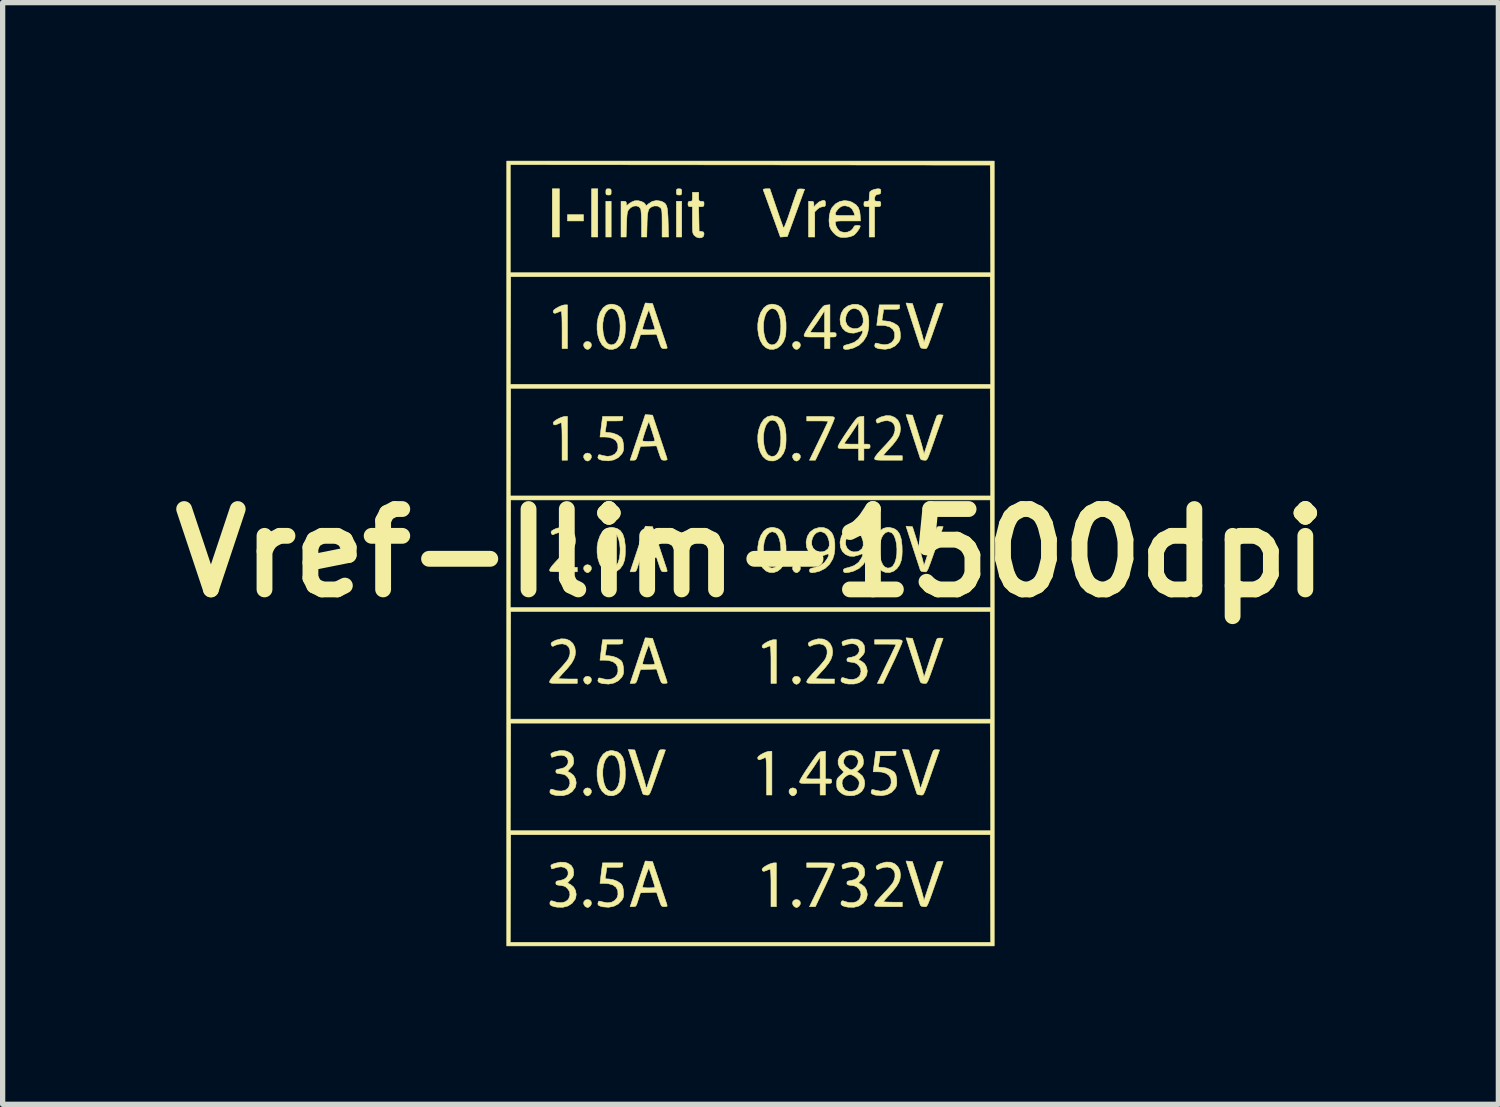
<source format=kicad_pcb>
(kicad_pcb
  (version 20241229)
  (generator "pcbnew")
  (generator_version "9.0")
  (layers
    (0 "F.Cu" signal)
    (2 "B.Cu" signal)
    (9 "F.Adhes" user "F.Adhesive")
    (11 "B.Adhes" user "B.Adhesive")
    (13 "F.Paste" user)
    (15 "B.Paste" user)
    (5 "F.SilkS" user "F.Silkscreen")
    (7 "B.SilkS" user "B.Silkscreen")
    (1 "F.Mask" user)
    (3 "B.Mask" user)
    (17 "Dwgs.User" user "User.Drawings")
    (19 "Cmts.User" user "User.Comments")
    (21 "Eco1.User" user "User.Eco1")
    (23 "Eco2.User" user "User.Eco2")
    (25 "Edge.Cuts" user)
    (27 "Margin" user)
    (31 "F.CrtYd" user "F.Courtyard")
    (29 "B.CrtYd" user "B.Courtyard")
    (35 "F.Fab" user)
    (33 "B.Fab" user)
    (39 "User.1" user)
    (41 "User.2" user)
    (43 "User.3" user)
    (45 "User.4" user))
  (footprint "Vref-Ilim-1500dpi"
    (layer "F.Cu")
    (at 11.183 7.439)
    (property "Reference" "Vref-Ilim-1500dpi" (at 0 0 0) (layer "F.SilkS") (effects (font (size 1.524 1.524) (thickness 0.3))))
    (attr through_hole)
    (fp_poly (pts (xy -3.624 -5.994) (xy -3.759 -5.994) (xy -3.759 -6.909) (xy -3.624 -6.909) (xy -3.624 -5.994)) (stroke (width 0.01) (type solid)) (fill yes) (layer "F.SilkS"))
    (fp_poly (pts (xy -3.167 -6.299) (xy -3.471 -6.299) (xy -3.471 -6.418) (xy -3.167 -6.418) (xy -3.167 -6.299)) (stroke (width 0.01) (type solid)) (fill yes) (layer "F.SilkS"))
    (fp_poly (pts (xy -2.896 -5.994) (xy -3.014 -5.994) (xy -3.014 -6.909) (xy -2.896 -6.909) (xy -2.896 -5.994)) (stroke (width 0.01) (type solid)) (fill yes) (layer "F.SilkS"))
    (fp_poly (pts (xy -2.642 -5.994) (xy -2.743 -5.994) (xy -2.743 -6.672) (xy -2.642 -6.672) (xy -2.642 -5.994)) (stroke (width 0.01) (type solid)) (fill yes) (layer "F.SilkS"))
    (fp_poly (pts (xy -1.304 -5.994) (xy -1.405 -5.994) (xy -1.405 -6.672) (xy -1.304 -6.672) (xy -1.304 -5.994)) (stroke (width 0.01) (type solid)) (fill yes) (layer "F.SilkS"))
    (fp_poly (pts (xy -3.044 -4) (xy -3.019 -3.967) (xy -3.018 -3.925) (xy -3.041 -3.887) (xy -3.072 -3.866) (xy -3.09 -3.861) (xy -3.12 -3.872) (xy -3.14 -3.887) (xy -3.164 -3.93) (xy -3.16 -3.972) (xy -3.132 -4.003) (xy -3.09 -4.013) (xy -3.044 -4)) (stroke (width 0.01) (type solid)) (fill yes) (layer "F.SilkS"))
    (fp_poly (pts (xy -3.044 -1.883) (xy -3.019 -1.851) (xy -3.018 -1.809) (xy -3.041 -1.771) (xy -3.072 -1.749) (xy -3.09 -1.744) (xy -3.12 -1.755) (xy -3.14 -1.771) (xy -3.164 -1.813) (xy -3.16 -1.855) (xy -3.132 -1.886) (xy -3.09 -1.897) (xy -3.044 -1.883)) (stroke (width 0.01) (type solid)) (fill yes) (layer "F.SilkS"))
    (fp_poly (pts (xy -3.044 0.233) (xy -3.019 0.266) (xy -3.018 0.308) (xy -3.041 0.346) (xy -3.072 0.368) (xy -3.09 0.373) (xy -3.12 0.361) (xy -3.14 0.346) (xy -3.164 0.304) (xy -3.16 0.262) (xy -3.132 0.231) (xy -3.09 0.22) (xy -3.044 0.233)) (stroke (width 0.01) (type solid)) (fill yes) (layer "F.SilkS"))
    (fp_poly (pts (xy -3.044 2.35) (xy -3.019 2.383) (xy -3.018 2.425) (xy -3.041 2.463) (xy -3.072 2.484) (xy -3.09 2.489) (xy -3.12 2.478) (xy -3.14 2.463) (xy -3.164 2.42) (xy -3.16 2.378) (xy -3.132 2.347) (xy -3.09 2.337) (xy -3.044 2.35)) (stroke (width 0.01) (type solid)) (fill yes) (layer "F.SilkS"))
    (fp_poly (pts (xy -3.044 4.467) (xy -3.019 4.499) (xy -3.018 4.541) (xy -3.041 4.579) (xy -3.072 4.601) (xy -3.09 4.606) (xy -3.12 4.595) (xy -3.14 4.579) (xy -3.164 4.537) (xy -3.16 4.495) (xy -3.132 4.464) (xy -3.09 4.453) (xy -3.044 4.467)) (stroke (width 0.01) (type solid)) (fill yes) (layer "F.SilkS"))
    (fp_poly (pts (xy -3.044 6.583) (xy -3.019 6.616) (xy -3.018 6.658) (xy -3.041 6.696) (xy -3.072 6.718) (xy -3.09 6.723) (xy -3.12 6.711) (xy -3.14 6.696) (xy -3.164 6.654) (xy -3.16 6.612) (xy -3.132 6.581) (xy -3.09 6.57) (xy -3.044 6.583)) (stroke (width 0.01) (type solid)) (fill yes) (layer "F.SilkS"))
    (fp_poly (pts (xy -2.658 -6.905) (xy -2.644 -6.889) (xy -2.642 -6.85) (xy -2.644 -6.81) (xy -2.659 -6.793) (xy -2.692 -6.79) (xy -2.727 -6.794) (xy -2.741 -6.81) (xy -2.743 -6.85) (xy -2.74 -6.889) (xy -2.726 -6.906) (xy -2.692 -6.909) (xy -2.658 -6.905)) (stroke (width 0.01) (type solid)) (fill yes) (layer "F.SilkS"))
    (fp_poly (pts (xy -1.321 -6.905) (xy -1.307 -6.889) (xy -1.304 -6.85) (xy -1.307 -6.81) (xy -1.321 -6.793) (xy -1.355 -6.79) (xy -1.389 -6.794) (xy -1.403 -6.81) (xy -1.405 -6.85) (xy -1.403 -6.889) (xy -1.388 -6.906) (xy -1.355 -6.909) (xy -1.321 -6.905)) (stroke (width 0.01) (type solid)) (fill yes) (layer "F.SilkS"))
    (fp_poly (pts (xy 0.85 4.467) (xy 0.876 4.499) (xy 0.877 4.541) (xy 0.854 4.579) (xy 0.823 4.601) (xy 0.804 4.606) (xy 0.775 4.595) (xy 0.755 4.579) (xy 0.731 4.537) (xy 0.734 4.495) (xy 0.762 4.464) (xy 0.804 4.453) (xy 0.85 4.467)) (stroke (width 0.01) (type solid)) (fill yes) (layer "F.SilkS"))
    (fp_poly (pts (xy 0.918 -4) (xy 0.944 -3.967) (xy 0.945 -3.925) (xy 0.922 -3.887) (xy 0.89 -3.866) (xy 0.872 -3.861) (xy 0.842 -3.872) (xy 0.822 -3.887) (xy 0.798 -3.93) (xy 0.802 -3.972) (xy 0.83 -4.003) (xy 0.872 -4.013) (xy 0.918 -4)) (stroke (width 0.01) (type solid)) (fill yes) (layer "F.SilkS"))
    (fp_poly (pts (xy 0.918 -1.883) (xy 0.944 -1.851) (xy 0.945 -1.809) (xy 0.922 -1.771) (xy 0.89 -1.749) (xy 0.872 -1.744) (xy 0.842 -1.755) (xy 0.822 -1.771) (xy 0.798 -1.813) (xy 0.802 -1.855) (xy 0.83 -1.886) (xy 0.872 -1.897) (xy 0.918 -1.883)) (stroke (width 0.01) (type solid)) (fill yes) (layer "F.SilkS"))
    (fp_poly (pts (xy 0.918 0.233) (xy 0.944 0.266) (xy 0.945 0.308) (xy 0.922 0.346) (xy 0.89 0.368) (xy 0.872 0.373) (xy 0.842 0.361) (xy 0.822 0.346) (xy 0.798 0.304) (xy 0.802 0.262) (xy 0.83 0.231) (xy 0.872 0.22) (xy 0.918 0.233)) (stroke (width 0.01) (type solid)) (fill yes) (layer "F.SilkS"))
    (fp_poly (pts (xy 0.918 2.35) (xy 0.944 2.383) (xy 0.945 2.425) (xy 0.922 2.463) (xy 0.89 2.484) (xy 0.872 2.489) (xy 0.842 2.478) (xy 0.822 2.463) (xy 0.798 2.42) (xy 0.802 2.378) (xy 0.83 2.347) (xy 0.872 2.337) (xy 0.918 2.35)) (stroke (width 0.01) (type solid)) (fill yes) (layer "F.SilkS"))
    (fp_poly (pts (xy 0.918 6.583) (xy 0.944 6.616) (xy 0.945 6.658) (xy 0.922 6.696) (xy 0.89 6.718) (xy 0.872 6.723) (xy 0.842 6.711) (xy 0.822 6.696) (xy 0.798 6.654) (xy 0.802 6.612) (xy 0.83 6.581) (xy 0.872 6.57) (xy 0.918 6.583)) (stroke (width 0.01) (type solid)) (fill yes) (layer "F.SilkS"))
    (fp_poly (pts (xy -3.471 -3.878) (xy -3.573 -3.878) (xy -3.573 -4.233) (xy -3.574 -4.371) (xy -3.576 -4.476) (xy -3.581 -4.546) (xy -3.586 -4.583) (xy -3.591 -4.589) (xy -3.617 -4.582) (xy -3.656 -4.564) (xy -3.659 -4.563) (xy -3.707 -4.546) (xy -3.735 -4.556) (xy -3.742 -4.586) (xy -3.728 -4.61) (xy -3.69 -4.639) (xy -3.639 -4.668) (xy -3.585 -4.692) (xy -3.535 -4.706) (xy -3.518 -4.707) (xy -3.471 -4.707) (xy -3.471 -3.878)) (stroke (width 0.01) (type solid)) (fill yes) (layer "F.SilkS"))
    (fp_poly (pts (xy -3.471 -1.761) (xy -3.573 -1.761) (xy -3.573 -2.117) (xy -3.574 -2.255) (xy -3.576 -2.359) (xy -3.581 -2.43) (xy -3.586 -2.466) (xy -3.591 -2.472) (xy -3.617 -2.465) (xy -3.656 -2.447) (xy -3.659 -2.446) (xy -3.707 -2.429) (xy -3.735 -2.439) (xy -3.742 -2.469) (xy -3.728 -2.493) (xy -3.69 -2.522) (xy -3.639 -2.551) (xy -3.585 -2.575) (xy -3.535 -2.589) (xy -3.518 -2.591) (xy -3.471 -2.591) (xy -3.471 -1.761)) (stroke (width 0.01) (type solid)) (fill yes) (layer "F.SilkS"))
    (fp_poly (pts (xy 0.406 4.589) (xy 0.305 4.589) (xy 0.305 4.233) (xy 0.304 4.095) (xy 0.301 3.991) (xy 0.297 3.92) (xy 0.291 3.884) (xy 0.287 3.878) (xy 0.261 3.885) (xy 0.221 3.903) (xy 0.219 3.904) (xy 0.171 3.921) (xy 0.143 3.911) (xy 0.136 3.881) (xy 0.15 3.857) (xy 0.187 3.828) (xy 0.238 3.799) (xy 0.293 3.775) (xy 0.342 3.761) (xy 0.36 3.759) (xy 0.406 3.759) (xy 0.406 4.589)) (stroke (width 0.01) (type solid)) (fill yes) (layer "F.SilkS"))
    (fp_poly (pts (xy 0.491 2.472) (xy 0.389 2.472) (xy 0.389 2.117) (xy 0.389 1.979) (xy 0.386 1.874) (xy 0.382 1.804) (xy 0.376 1.767) (xy 0.372 1.761) (xy 0.345 1.768) (xy 0.306 1.786) (xy 0.303 1.787) (xy 0.255 1.804) (xy 0.228 1.794) (xy 0.22 1.764) (xy 0.235 1.74) (xy 0.272 1.711) (xy 0.323 1.682) (xy 0.378 1.658) (xy 0.427 1.644) (xy 0.445 1.643) (xy 0.491 1.643) (xy 0.491 2.472)) (stroke (width 0.01) (type solid)) (fill yes) (layer "F.SilkS"))
    (fp_poly (pts (xy 0.491 6.706) (xy 0.389 6.706) (xy 0.389 6.35) (xy 0.389 6.212) (xy 0.386 6.108) (xy 0.382 6.037) (xy 0.376 6) (xy 0.372 5.994) (xy 0.345 6.002) (xy 0.306 6.019) (xy 0.303 6.02) (xy 0.255 6.037) (xy 0.228 6.027) (xy 0.22 5.998) (xy 0.235 5.974) (xy 0.272 5.945) (xy 0.323 5.916) (xy 0.378 5.892) (xy 0.427 5.878) (xy 0.445 5.876) (xy 0.491 5.876) (xy 0.491 6.706)) (stroke (width 0.01) (type solid)) (fill yes) (layer "F.SilkS"))
    (fp_poly (pts (xy 1.411 -6.682) (xy 1.421 -6.658) (xy 1.422 -6.629) (xy 1.42 -6.59) (xy 1.405 -6.573) (xy 1.37 -6.57) (xy 1.311 -6.554) (xy 1.269 -6.521) (xy 1.219 -6.471) (xy 1.219 -5.994) (xy 1.101 -5.994) (xy 1.101 -6.672) (xy 1.151 -6.672) (xy 1.186 -6.668) (xy 1.2 -6.65) (xy 1.202 -6.617) (xy 1.202 -6.562) (xy 1.24 -6.607) (xy 1.302 -6.661) (xy 1.368 -6.687) (xy 1.387 -6.689) (xy 1.411 -6.682)) (stroke (width 0.01) (type solid)) (fill yes) (layer "F.SilkS"))
    (fp_poly (pts (xy 1.429 -2.591) (xy 1.499 -2.59) (xy 1.546 -2.587) (xy 1.573 -2.583) (xy 1.587 -2.575) (xy 1.591 -2.564) (xy 1.592 -2.555) (xy 1.585 -2.531) (xy 1.565 -2.48) (xy 1.534 -2.409) (xy 1.495 -2.32) (xy 1.449 -2.22) (xy 1.412 -2.141) (xy 1.231 -1.761) (xy 1.119 -1.761) (xy 1.296 -2.127) (xy 1.346 -2.23) (xy 1.39 -2.322) (xy 1.426 -2.399) (xy 1.454 -2.457) (xy 1.47 -2.492) (xy 1.473 -2.5) (xy 1.457 -2.502) (xy 1.414 -2.504) (xy 1.35 -2.506) (xy 1.272 -2.506) (xy 1.067 -2.506) (xy 1.067 -2.591) (xy 1.329 -2.591) (xy 1.429 -2.591)) (stroke (width 0.01) (type solid)) (fill yes) (layer "F.SilkS"))
    (fp_poly (pts (xy 1.429 5.876) (xy 1.499 5.877) (xy 1.546 5.88) (xy 1.573 5.884) (xy 1.587 5.892) (xy 1.591 5.902) (xy 1.592 5.911) (xy 1.585 5.936) (xy 1.565 5.986) (xy 1.534 6.058) (xy 1.495 6.146) (xy 1.449 6.247) (xy 1.412 6.326) (xy 1.231 6.706) (xy 1.119 6.706) (xy 1.296 6.339) (xy 1.346 6.237) (xy 1.39 6.145) (xy 1.426 6.068) (xy 1.454 6.01) (xy 1.47 5.975) (xy 1.473 5.967) (xy 1.457 5.964) (xy 1.414 5.962) (xy 1.35 5.961) (xy 1.272 5.961) (xy 1.067 5.961) (xy 1.067 5.876) (xy 1.329 5.876) (xy 1.429 5.876)) (stroke (width 0.01) (type solid)) (fill yes) (layer "F.SilkS"))
    (fp_poly (pts (xy 2.716 1.643) (xy 2.786 1.644) (xy 2.833 1.646) (xy 2.86 1.651) (xy 2.874 1.658) (xy 2.878 1.669) (xy 2.879 1.678) (xy 2.872 1.703) (xy 2.852 1.753) (xy 2.821 1.825) (xy 2.782 1.913) (xy 2.736 2.014) (xy 2.698 2.093) (xy 2.518 2.472) (xy 2.406 2.472) (xy 2.583 2.106) (xy 2.633 2.004) (xy 2.677 1.912) (xy 2.713 1.835) (xy 2.741 1.777) (xy 2.757 1.742) (xy 2.76 1.734) (xy 2.744 1.731) (xy 2.701 1.729) (xy 2.637 1.728) (xy 2.559 1.727) (xy 2.354 1.727) (xy 2.354 1.643) (xy 2.616 1.643) (xy 2.716 1.643)) (stroke (width 0.01) (type solid)) (fill yes) (layer "F.SilkS"))
    (fp_poly (pts (xy 0.491 -6.549) (xy 0.527 -6.444) (xy 0.56 -6.348) (xy 0.589 -6.268) (xy 0.61 -6.208) (xy 0.624 -6.172) (xy 0.627 -6.166) (xy 0.636 -6.173) (xy 0.653 -6.211) (xy 0.679 -6.276) (xy 0.712 -6.365) (xy 0.75 -6.477) (xy 0.762 -6.513) (xy 0.797 -6.619) (xy 0.83 -6.715) (xy 0.858 -6.795) (xy 0.88 -6.855) (xy 0.894 -6.89) (xy 0.897 -6.897) (xy 0.921 -6.905) (xy 0.963 -6.906) (xy 0.969 -6.906) (xy 1.027 -6.9) (xy 0.7 -6.003) (xy 0.567 -5.993) (xy 0.406 -6.436) (xy 0.364 -6.552) (xy 0.326 -6.658) (xy 0.293 -6.749) (xy 0.266 -6.822) (xy 0.248 -6.871) (xy 0.24 -6.894) (xy 0.24 -6.894) (xy 0.251 -6.903) (xy 0.286 -6.908) (xy 0.301 -6.909) (xy 0.368 -6.909) (xy 0.491 -6.549)) (stroke (width 0.01) (type solid)) (fill yes) (layer "F.SilkS"))
    (fp_poly (pts (xy -2.255 3.729) (xy -2.194 3.734) (xy -2.114 3.988) (xy -2.083 4.086) (xy -2.053 4.183) (xy -2.027 4.27) (xy -2.008 4.337) (xy -2.003 4.355) (xy -1.974 4.469) (xy -1.859 4.118) (xy -1.825 4.014) (xy -1.793 3.92) (xy -1.766 3.842) (xy -1.745 3.783) (xy -1.732 3.75) (xy -1.73 3.745) (xy -1.703 3.73) (xy -1.664 3.728) (xy -1.612 3.734) (xy -1.737 4.089) (xy -1.787 4.229) (xy -1.826 4.34) (xy -1.856 4.426) (xy -1.88 4.49) (xy -1.898 4.535) (xy -1.913 4.564) (xy -1.925 4.581) (xy -1.937 4.588) (xy -1.949 4.59) (xy -1.963 4.589) (xy -1.975 4.589) (xy -2.02 4.582) (xy -2.042 4.565) (xy -2.05 4.542) (xy -2.066 4.493) (xy -2.09 4.42) (xy -2.12 4.329) (xy -2.154 4.224) (xy -2.184 4.132) (xy -2.316 3.724) (xy -2.255 3.729)) (stroke (width 0.01) (type solid)) (fill yes) (layer "F.SilkS"))
    (fp_poly (pts (xy 2.458 -6.904) (xy 2.471 -6.884) (xy 2.472 -6.858) (xy 2.467 -6.821) (xy 2.448 -6.808) (xy 2.433 -6.807) (xy 2.385 -6.794) (xy 2.358 -6.756) (xy 2.354 -6.719) (xy 2.357 -6.687) (xy 2.375 -6.674) (xy 2.413 -6.672) (xy 2.453 -6.669) (xy 2.469 -6.655) (xy 2.472 -6.621) (xy 2.469 -6.587) (xy 2.452 -6.573) (xy 2.413 -6.57) (xy 2.354 -6.57) (xy 2.354 -5.994) (xy 2.252 -5.994) (xy 2.252 -6.57) (xy 2.201 -6.57) (xy 2.165 -6.574) (xy 2.152 -6.594) (xy 2.151 -6.621) (xy 2.155 -6.657) (xy 2.175 -6.67) (xy 2.201 -6.672) (xy 2.232 -6.674) (xy 2.247 -6.686) (xy 2.252 -6.717) (xy 2.252 -6.752) (xy 2.255 -6.804) (xy 2.262 -6.843) (xy 2.265 -6.853) (xy 2.296 -6.877) (xy 2.347 -6.897) (xy 2.405 -6.908) (xy 2.423 -6.909) (xy 2.458 -6.904)) (stroke (width 0.01) (type solid)) (fill yes) (layer "F.SilkS"))
    (fp_poly (pts (xy 2.943 3.729) (xy 3.004 3.734) (xy 3.085 3.988) (xy 3.116 4.086) (xy 3.145 4.183) (xy 3.171 4.27) (xy 3.19 4.337) (xy 3.195 4.355) (xy 3.224 4.469) (xy 3.339 4.118) (xy 3.374 4.014) (xy 3.405 3.92) (xy 3.432 3.842) (xy 3.453 3.783) (xy 3.466 3.75) (xy 3.469 3.745) (xy 3.496 3.73) (xy 3.535 3.728) (xy 3.586 3.734) (xy 3.461 4.089) (xy 3.412 4.229) (xy 3.373 4.34) (xy 3.342 4.426) (xy 3.318 4.49) (xy 3.3 4.535) (xy 3.286 4.564) (xy 3.273 4.581) (xy 3.262 4.588) (xy 3.25 4.59) (xy 3.235 4.589) (xy 3.224 4.589) (xy 3.178 4.582) (xy 3.156 4.565) (xy 3.149 4.542) (xy 3.132 4.493) (xy 3.108 4.42) (xy 3.078 4.329) (xy 3.044 4.224) (xy 3.015 4.132) (xy 2.882 3.724) (xy 2.943 3.729)) (stroke (width 0.01) (type solid)) (fill yes) (layer "F.SilkS"))
    (fp_poly (pts (xy 3.011 -4.738) (xy 3.072 -4.733) (xy 3.153 -4.479) (xy 3.183 -4.381) (xy 3.213 -4.284) (xy 3.239 -4.197) (xy 3.258 -4.13) (xy 3.263 -4.111) (xy 3.292 -3.998) (xy 3.407 -4.348) (xy 3.441 -4.452) (xy 3.473 -4.546) (xy 3.5 -4.625) (xy 3.521 -4.683) (xy 3.534 -4.717) (xy 3.536 -4.721) (xy 3.563 -4.736) (xy 3.603 -4.738) (xy 3.654 -4.733) (xy 3.529 -4.377) (xy 3.48 -4.238) (xy 3.441 -4.126) (xy 3.41 -4.041) (xy 3.386 -3.977) (xy 3.368 -3.932) (xy 3.353 -3.903) (xy 3.341 -3.886) (xy 3.33 -3.878) (xy 3.317 -3.877) (xy 3.303 -3.877) (xy 3.292 -3.878) (xy 3.246 -3.885) (xy 3.224 -3.902) (xy 3.216 -3.924) (xy 3.2 -3.974) (xy 3.176 -4.047) (xy 3.146 -4.138) (xy 3.112 -4.243) (xy 3.082 -4.335) (xy 2.95 -4.743) (xy 3.011 -4.738)) (stroke (width 0.01) (type solid)) (fill yes) (layer "F.SilkS"))
    (fp_poly (pts (xy 3.011 -2.621) (xy 3.072 -2.616) (xy 3.153 -2.362) (xy 3.183 -2.264) (xy 3.213 -2.167) (xy 3.239 -2.08) (xy 3.258 -2.013) (xy 3.263 -1.995) (xy 3.292 -1.881) (xy 3.407 -2.232) (xy 3.441 -2.336) (xy 3.473 -2.43) (xy 3.5 -2.508) (xy 3.521 -2.567) (xy 3.534 -2.6) (xy 3.536 -2.605) (xy 3.563 -2.62) (xy 3.603 -2.622) (xy 3.654 -2.616) (xy 3.529 -2.261) (xy 3.48 -2.121) (xy 3.441 -2.01) (xy 3.41 -1.924) (xy 3.386 -1.86) (xy 3.368 -1.815) (xy 3.353 -1.786) (xy 3.341 -1.769) (xy 3.33 -1.762) (xy 3.317 -1.76) (xy 3.303 -1.761) (xy 3.292 -1.761) (xy 3.246 -1.768) (xy 3.224 -1.785) (xy 3.216 -1.808) (xy 3.2 -1.857) (xy 3.176 -1.93) (xy 3.146 -2.021) (xy 3.112 -2.126) (xy 3.082 -2.218) (xy 2.95 -2.626) (xy 3.011 -2.621)) (stroke (width 0.01) (type solid)) (fill yes) (layer "F.SilkS"))
    (fp_poly (pts (xy 3.011 -0.505) (xy 3.072 -0.5) (xy 3.153 -0.246) (xy 3.183 -0.147) (xy 3.213 -0.05) (xy 3.239 0.036) (xy 3.258 0.104) (xy 3.263 0.122) (xy 3.292 0.236) (xy 3.407 -0.115) (xy 3.441 -0.219) (xy 3.473 -0.313) (xy 3.5 -0.392) (xy 3.521 -0.45) (xy 3.534 -0.483) (xy 3.536 -0.488) (xy 3.563 -0.503) (xy 3.603 -0.505) (xy 3.654 -0.5) (xy 3.529 -0.144) (xy 3.48 -0.004) (xy 3.441 0.107) (xy 3.41 0.193) (xy 3.386 0.256) (xy 3.368 0.301) (xy 3.353 0.33) (xy 3.341 0.347) (xy 3.33 0.355) (xy 3.317 0.357) (xy 3.303 0.356) (xy 3.292 0.356) (xy 3.246 0.349) (xy 3.224 0.331) (xy 3.216 0.309) (xy 3.2 0.259) (xy 3.176 0.186) (xy 3.146 0.095) (xy 3.112 -0.01) (xy 3.082 -0.101) (xy 2.95 -0.51) (xy 3.011 -0.505)) (stroke (width 0.01) (type solid)) (fill yes) (layer "F.SilkS"))
    (fp_poly (pts (xy 3.011 1.612) (xy 3.072 1.617) (xy 3.153 1.871) (xy 3.183 1.969) (xy 3.213 2.066) (xy 3.239 2.153) (xy 3.258 2.22) (xy 3.263 2.239) (xy 3.292 2.352) (xy 3.407 2.002) (xy 3.441 1.898) (xy 3.473 1.804) (xy 3.5 1.725) (xy 3.521 1.667) (xy 3.534 1.633) (xy 3.536 1.629) (xy 3.563 1.614) (xy 3.603 1.612) (xy 3.654 1.617) (xy 3.529 1.973) (xy 3.48 2.112) (xy 3.441 2.224) (xy 3.41 2.309) (xy 3.386 2.373) (xy 3.368 2.418) (xy 3.353 2.447) (xy 3.341 2.464) (xy 3.33 2.472) (xy 3.317 2.473) (xy 3.303 2.473) (xy 3.292 2.472) (xy 3.246 2.465) (xy 3.224 2.448) (xy 3.216 2.426) (xy 3.2 2.376) (xy 3.176 2.303) (xy 3.146 2.212) (xy 3.112 2.107) (xy 3.082 2.015) (xy 2.95 1.607) (xy 3.011 1.612)) (stroke (width 0.01) (type solid)) (fill yes) (layer "F.SilkS"))
    (fp_poly (pts (xy 3.011 5.845) (xy 3.072 5.85) (xy 3.153 6.104) (xy 3.183 6.203) (xy 3.213 6.3) (xy 3.239 6.386) (xy 3.258 6.454) (xy 3.263 6.472) (xy 3.292 6.586) (xy 3.407 6.235) (xy 3.441 6.131) (xy 3.473 6.037) (xy 3.5 5.958) (xy 3.521 5.9) (xy 3.534 5.867) (xy 3.536 5.862) (xy 3.563 5.847) (xy 3.603 5.845) (xy 3.654 5.85) (xy 3.529 6.206) (xy 3.48 6.346) (xy 3.441 6.457) (xy 3.41 6.543) (xy 3.386 6.606) (xy 3.368 6.651) (xy 3.353 6.68) (xy 3.341 6.697) (xy 3.33 6.705) (xy 3.317 6.707) (xy 3.303 6.706) (xy 3.292 6.706) (xy 3.246 6.699) (xy 3.224 6.681) (xy 3.216 6.659) (xy 3.2 6.609) (xy 3.176 6.536) (xy 3.146 6.445) (xy 3.112 6.34) (xy 3.082 6.249) (xy 2.95 5.84) (xy 3.011 5.845)) (stroke (width 0.01) (type solid)) (fill yes) (layer "F.SilkS"))
    (fp_poly (pts (xy -0.982 -6.756) (xy -0.981 -6.706) (xy -0.974 -6.681) (xy -0.956 -6.673) (xy -0.931 -6.672) (xy -0.895 -6.668) (xy -0.882 -6.648) (xy -0.881 -6.621) (xy -0.885 -6.585) (xy -0.904 -6.572) (xy -0.932 -6.57) (xy -0.983 -6.57) (xy -0.978 -6.337) (xy -0.974 -6.104) (xy -0.927 -6.099) (xy -0.893 -6.089) (xy -0.881 -6.062) (xy -0.881 -6.046) (xy -0.894 -6.004) (xy -0.928 -5.981) (xy -0.974 -5.977) (xy -1.025 -5.993) (xy -1.059 -6.019) (xy -1.075 -6.036) (xy -1.086 -6.055) (xy -1.094 -6.081) (xy -1.098 -6.12) (xy -1.1 -6.178) (xy -1.101 -6.26) (xy -1.101 -6.315) (xy -1.101 -6.57) (xy -1.143 -6.57) (xy -1.173 -6.576) (xy -1.184 -6.599) (xy -1.185 -6.621) (xy -1.181 -6.657) (xy -1.161 -6.671) (xy -1.143 -6.672) (xy -1.118 -6.674) (xy -1.105 -6.688) (xy -1.101 -6.722) (xy -1.101 -6.756) (xy -1.101 -6.841) (xy -0.982 -6.841) (xy -0.982 -6.756)) (stroke (width 0.01) (type solid)) (fill yes) (layer "F.SilkS"))
    (fp_poly (pts (xy 1.422 4.284) (xy 1.482 4.284) (xy 1.522 4.287) (xy 1.538 4.302) (xy 1.541 4.326) (xy 1.537 4.355) (xy 1.517 4.367) (xy 1.482 4.369) (xy 1.422 4.369) (xy 1.422 4.589) (xy 1.321 4.589) (xy 1.321 4.369) (xy 1.126 4.369) (xy 1.043 4.369) (xy 0.987 4.367) (xy 0.954 4.363) (xy 0.938 4.356) (xy 0.933 4.344) (xy 0.932 4.331) (xy 0.942 4.305) (xy 0.958 4.275) (xy 1.05 4.275) (xy 1.065 4.279) (xy 1.107 4.282) (xy 1.166 4.284) (xy 1.185 4.284) (xy 1.321 4.284) (xy 1.32 3.869) (xy 1.253 3.976) (xy 1.207 4.046) (xy 1.155 4.121) (xy 1.117 4.174) (xy 1.083 4.222) (xy 1.059 4.258) (xy 1.05 4.275) (xy 0.958 4.275) (xy 0.968 4.257) (xy 1.008 4.192) (xy 1.058 4.114) (xy 1.115 4.03) (xy 1.178 3.938) (xy 1.226 3.871) (xy 1.262 3.824) (xy 1.289 3.793) (xy 1.311 3.775) (xy 1.332 3.767) (xy 1.354 3.763) (xy 1.359 3.762) (xy 1.422 3.757) (xy 1.422 4.284)) (stroke (width 0.01) (type solid)) (fill yes) (layer "F.SilkS"))
    (fp_poly (pts (xy 2.151 -2.066) (xy 2.21 -2.066) (xy 2.25 -2.063) (xy 2.266 -2.048) (xy 2.269 -2.024) (xy 2.265 -1.995) (xy 2.245 -1.983) (xy 2.21 -1.981) (xy 2.151 -1.981) (xy 2.151 -1.761) (xy 2.049 -1.761) (xy 2.049 -1.981) (xy 1.854 -1.981) (xy 1.771 -1.981) (xy 1.715 -1.983) (xy 1.682 -1.987) (xy 1.666 -1.994) (xy 1.661 -2.006) (xy 1.66 -2.019) (xy 1.67 -2.045) (xy 1.686 -2.075) (xy 1.778 -2.075) (xy 1.794 -2.071) (xy 1.835 -2.068) (xy 1.894 -2.066) (xy 1.913 -2.066) (xy 2.049 -2.066) (xy 2.049 -2.481) (xy 1.981 -2.374) (xy 1.935 -2.304) (xy 1.884 -2.229) (xy 1.846 -2.176) (xy 1.811 -2.128) (xy 1.787 -2.092) (xy 1.778 -2.075) (xy 1.686 -2.075) (xy 1.696 -2.093) (xy 1.736 -2.158) (xy 1.786 -2.236) (xy 1.843 -2.32) (xy 1.906 -2.412) (xy 1.954 -2.479) (xy 1.99 -2.526) (xy 2.017 -2.557) (xy 2.039 -2.575) (xy 2.06 -2.583) (xy 2.082 -2.587) (xy 2.087 -2.588) (xy 2.151 -2.593) (xy 2.151 -2.066)) (stroke (width 0.01) (type solid)) (fill yes) (layer "F.SilkS"))
    (fp_poly (pts (xy 1.507 -4.183) (xy 1.566 -4.183) (xy 1.606 -4.179) (xy 1.623 -4.165) (xy 1.626 -4.14) (xy 1.621 -4.112) (xy 1.601 -4.1) (xy 1.566 -4.098) (xy 1.507 -4.098) (xy 1.507 -3.878) (xy 1.405 -3.878) (xy 1.405 -4.098) (xy 1.211 -4.098) (xy 1.127 -4.098) (xy 1.072 -4.1) (xy 1.039 -4.104) (xy 1.023 -4.111) (xy 1.017 -4.123) (xy 1.017 -4.136) (xy 1.027 -4.162) (xy 1.043 -4.192) (xy 1.135 -4.192) (xy 1.15 -4.187) (xy 1.192 -4.184) (xy 1.251 -4.183) (xy 1.27 -4.183) (xy 1.405 -4.183) (xy 1.405 -4.39) (xy 1.405 -4.597) (xy 1.337 -4.491) (xy 1.291 -4.42) (xy 1.24 -4.345) (xy 1.202 -4.292) (xy 1.168 -4.245) (xy 1.144 -4.209) (xy 1.135 -4.192) (xy 1.043 -4.192) (xy 1.053 -4.21) (xy 1.092 -4.275) (xy 1.143 -4.353) (xy 1.199 -4.437) (xy 1.263 -4.528) (xy 1.311 -4.596) (xy 1.347 -4.643) (xy 1.374 -4.674) (xy 1.396 -4.691) (xy 1.416 -4.7) (xy 1.438 -4.704) (xy 1.444 -4.704) (xy 1.507 -4.71) (xy 1.507 -4.183)) (stroke (width 0.01) (type solid)) (fill yes) (layer "F.SilkS"))
    (fp_poly (pts (xy -2.421 -2.548) (xy -2.423 -2.528) (xy -2.431 -2.516) (xy -2.452 -2.509) (xy -2.493 -2.507) (xy -2.561 -2.506) (xy -2.573 -2.506) (xy -2.724 -2.506) (xy -2.735 -2.426) (xy -2.743 -2.371) (xy -2.751 -2.327) (xy -2.754 -2.316) (xy -2.754 -2.297) (xy -2.735 -2.288) (xy -2.69 -2.286) (xy -2.689 -2.286) (xy -2.609 -2.274) (xy -2.528 -2.244) (xy -2.463 -2.201) (xy -2.448 -2.186) (xy -2.424 -2.143) (xy -2.411 -2.075) (xy -2.408 -2.044) (xy -2.406 -1.979) (xy -2.413 -1.934) (xy -2.432 -1.895) (xy -2.441 -1.88) (xy -2.507 -1.811) (xy -2.592 -1.767) (xy -2.692 -1.749) (xy -2.802 -1.758) (xy -2.832 -1.764) (xy -2.878 -1.783) (xy -2.895 -1.81) (xy -2.886 -1.85) (xy -2.876 -1.864) (xy -2.855 -1.865) (xy -2.813 -1.853) (xy -2.802 -1.85) (xy -2.714 -1.834) (xy -2.636 -1.844) (xy -2.573 -1.878) (xy -2.529 -1.932) (xy -2.513 -1.99) (xy -2.517 -2.068) (xy -2.551 -2.13) (xy -2.61 -2.173) (xy -2.695 -2.197) (xy -2.761 -2.201) (xy -2.854 -2.201) (xy -2.83 -2.396) (xy -2.805 -2.591) (xy -2.421 -2.591) (xy -2.421 -2.548)) (stroke (width 0.01) (type solid)) (fill yes) (layer "F.SilkS"))
    (fp_poly (pts (xy -2.421 1.685) (xy -2.423 1.705) (xy -2.431 1.717) (xy -2.452 1.724) (xy -2.493 1.727) (xy -2.561 1.727) (xy -2.573 1.727) (xy -2.724 1.727) (xy -2.735 1.808) (xy -2.743 1.862) (xy -2.751 1.906) (xy -2.754 1.918) (xy -2.754 1.936) (xy -2.735 1.945) (xy -2.69 1.948) (xy -2.689 1.948) (xy -2.609 1.959) (xy -2.528 1.99) (xy -2.463 2.032) (xy -2.448 2.047) (xy -2.424 2.091) (xy -2.411 2.158) (xy -2.408 2.19) (xy -2.406 2.254) (xy -2.413 2.299) (xy -2.432 2.338) (xy -2.441 2.354) (xy -2.507 2.422) (xy -2.592 2.466) (xy -2.692 2.485) (xy -2.802 2.476) (xy -2.832 2.469) (xy -2.878 2.45) (xy -2.895 2.423) (xy -2.886 2.383) (xy -2.876 2.37) (xy -2.855 2.369) (xy -2.813 2.38) (xy -2.802 2.384) (xy -2.714 2.4) (xy -2.636 2.389) (xy -2.573 2.356) (xy -2.529 2.301) (xy -2.513 2.244) (xy -2.517 2.165) (xy -2.551 2.104) (xy -2.61 2.06) (xy -2.695 2.036) (xy -2.761 2.032) (xy -2.854 2.032) (xy -2.83 1.837) (xy -2.805 1.643) (xy -2.421 1.643) (xy -2.421 1.685)) (stroke (width 0.01) (type solid)) (fill yes) (layer "F.SilkS"))
    (fp_poly (pts (xy -2.421 5.918) (xy -2.423 5.938) (xy -2.431 5.951) (xy -2.452 5.957) (xy -2.493 5.96) (xy -2.561 5.961) (xy -2.573 5.961) (xy -2.724 5.961) (xy -2.735 6.041) (xy -2.743 6.095) (xy -2.751 6.139) (xy -2.754 6.151) (xy -2.754 6.17) (xy -2.735 6.179) (xy -2.69 6.181) (xy -2.689 6.181) (xy -2.609 6.193) (xy -2.528 6.223) (xy -2.463 6.266) (xy -2.448 6.281) (xy -2.424 6.324) (xy -2.411 6.391) (xy -2.408 6.423) (xy -2.406 6.488) (xy -2.413 6.533) (xy -2.432 6.572) (xy -2.441 6.587) (xy -2.507 6.655) (xy -2.592 6.699) (xy -2.692 6.718) (xy -2.802 6.709) (xy -2.832 6.702) (xy -2.878 6.684) (xy -2.895 6.657) (xy -2.886 6.616) (xy -2.876 6.603) (xy -2.855 6.602) (xy -2.813 6.613) (xy -2.802 6.617) (xy -2.714 6.633) (xy -2.636 6.623) (xy -2.573 6.589) (xy -2.529 6.534) (xy -2.513 6.477) (xy -2.517 6.399) (xy -2.551 6.337) (xy -2.61 6.294) (xy -2.695 6.27) (xy -2.761 6.265) (xy -2.854 6.265) (xy -2.83 6.071) (xy -2.805 5.876) (xy -2.421 5.876) (xy -2.421 5.918)) (stroke (width 0.01) (type solid)) (fill yes) (layer "F.SilkS"))
    (fp_poly (pts (xy 2.76 3.802) (xy 2.759 3.822) (xy 2.751 3.834) (xy 2.729 3.841) (xy 2.688 3.843) (xy 2.62 3.844) (xy 2.609 3.844) (xy 2.457 3.844) (xy 2.446 3.924) (xy 2.438 3.979) (xy 2.43 4.023) (xy 2.427 4.034) (xy 2.427 4.053) (xy 2.446 4.062) (xy 2.492 4.064) (xy 2.492 4.064) (xy 2.573 4.076) (xy 2.653 4.106) (xy 2.719 4.149) (xy 2.734 4.164) (xy 2.758 4.207) (xy 2.771 4.275) (xy 2.774 4.306) (xy 2.775 4.371) (xy 2.768 4.416) (xy 2.75 4.455) (xy 2.74 4.47) (xy 2.675 4.539) (xy 2.59 4.583) (xy 2.489 4.601) (xy 2.379 4.592) (xy 2.349 4.586) (xy 2.303 4.567) (xy 2.287 4.54) (xy 2.295 4.5) (xy 2.305 4.486) (xy 2.327 4.485) (xy 2.368 4.497) (xy 2.38 4.5) (xy 2.467 4.516) (xy 2.545 4.506) (xy 2.609 4.472) (xy 2.652 4.418) (xy 2.669 4.36) (xy 2.664 4.282) (xy 2.631 4.22) (xy 2.571 4.177) (xy 2.486 4.153) (xy 2.421 4.149) (xy 2.327 4.149) (xy 2.352 3.954) (xy 2.377 3.759) (xy 2.76 3.759) (xy 2.76 3.802)) (stroke (width 0.01) (type solid)) (fill yes) (layer "F.SilkS"))
    (fp_poly (pts (xy 2.828 -4.665) (xy 2.827 -4.645) (xy 2.819 -4.633) (xy 2.797 -4.626) (xy 2.756 -4.623) (xy 2.688 -4.623) (xy 2.677 -4.623) (xy 2.525 -4.623) (xy 2.514 -4.542) (xy 2.506 -4.488) (xy 2.498 -4.444) (xy 2.495 -4.432) (xy 2.495 -4.414) (xy 2.514 -4.405) (xy 2.559 -4.402) (xy 2.56 -4.402) (xy 2.641 -4.391) (xy 2.721 -4.36) (xy 2.786 -4.318) (xy 2.802 -4.303) (xy 2.825 -4.259) (xy 2.839 -4.192) (xy 2.841 -4.16) (xy 2.843 -4.096) (xy 2.836 -4.051) (xy 2.818 -4.012) (xy 2.808 -3.996) (xy 2.743 -3.928) (xy 2.657 -3.884) (xy 2.557 -3.865) (xy 2.447 -3.874) (xy 2.417 -3.881) (xy 2.371 -3.9) (xy 2.355 -3.927) (xy 2.363 -3.967) (xy 2.373 -3.98) (xy 2.394 -3.981) (xy 2.436 -3.97) (xy 2.447 -3.966) (xy 2.535 -3.95) (xy 2.613 -3.961) (xy 2.677 -3.994) (xy 2.72 -4.049) (xy 2.736 -4.106) (xy 2.732 -4.185) (xy 2.699 -4.246) (xy 2.639 -4.29) (xy 2.554 -4.314) (xy 2.489 -4.318) (xy 2.395 -4.318) (xy 2.42 -4.513) (xy 2.444 -4.707) (xy 2.828 -4.707) (xy 2.828 -4.665)) (stroke (width 0.01) (type solid)) (fill yes) (layer "F.SilkS"))
    (fp_poly (pts (xy -2.612 -4.719) (xy -2.53 -4.699) (xy -2.467 -4.657) (xy -2.421 -4.591) (xy -2.391 -4.499) (xy -2.375 -4.377) (xy -2.374 -4.354) (xy -2.373 -4.263) (xy -2.377 -4.177) (xy -2.386 -4.109) (xy -2.387 -4.104) (xy -2.42 -4.011) (xy -2.472 -3.939) (xy -2.537 -3.888) (xy -2.611 -3.863) (xy -2.689 -3.866) (xy -2.753 -3.893) (xy -2.814 -3.949) (xy -2.861 -4.029) (xy -2.893 -4.127) (xy -2.909 -4.236) (xy -2.909 -4.262) (xy -2.802 -4.262) (xy -2.792 -4.166) (xy -2.771 -4.08) (xy -2.74 -4.011) (xy -2.704 -3.97) (xy -2.646 -3.947) (xy -2.59 -3.958) (xy -2.55 -3.988) (xy -2.513 -4.047) (xy -2.488 -4.125) (xy -2.475 -4.217) (xy -2.472 -4.314) (xy -2.48 -4.41) (xy -2.499 -4.497) (xy -2.528 -4.567) (xy -2.566 -4.615) (xy -2.577 -4.622) (xy -2.635 -4.639) (xy -2.688 -4.622) (xy -2.735 -4.572) (xy -2.759 -4.531) (xy -2.786 -4.453) (xy -2.8 -4.361) (xy -2.802 -4.262) (xy -2.909 -4.262) (xy -2.909 -4.349) (xy -2.89 -4.46) (xy -2.853 -4.563) (xy -2.849 -4.57) (xy -2.795 -4.651) (xy -2.73 -4.701) (xy -2.654 -4.72) (xy -2.612 -4.719)) (stroke (width 0.01) (type solid)) (fill yes) (layer "F.SilkS"))
    (fp_poly (pts (xy -2.612 -0.486) (xy -2.53 -0.466) (xy -2.467 -0.424) (xy -2.421 -0.358) (xy -2.391 -0.265) (xy -2.375 -0.144) (xy -2.374 -0.12) (xy -2.373 -0.03) (xy -2.377 0.057) (xy -2.386 0.124) (xy -2.387 0.13) (xy -2.42 0.222) (xy -2.472 0.295) (xy -2.537 0.345) (xy -2.611 0.37) (xy -2.689 0.367) (xy -2.753 0.34) (xy -2.814 0.285) (xy -2.861 0.205) (xy -2.893 0.107) (xy -2.909 -0.003) (xy -2.909 -0.029) (xy -2.802 -0.029) (xy -2.792 0.067) (xy -2.771 0.154) (xy -2.74 0.223) (xy -2.704 0.263) (xy -2.646 0.286) (xy -2.59 0.276) (xy -2.55 0.245) (xy -2.513 0.187) (xy -2.488 0.108) (xy -2.475 0.017) (xy -2.472 -0.081) (xy -2.48 -0.176) (xy -2.499 -0.263) (xy -2.528 -0.334) (xy -2.566 -0.381) (xy -2.577 -0.389) (xy -2.635 -0.405) (xy -2.688 -0.389) (xy -2.735 -0.339) (xy -2.759 -0.298) (xy -2.786 -0.219) (xy -2.8 -0.127) (xy -2.802 -0.029) (xy -2.909 -0.029) (xy -2.909 -0.116) (xy -2.89 -0.227) (xy -2.853 -0.329) (xy -2.849 -0.337) (xy -2.795 -0.418) (xy -2.73 -0.468) (xy -2.654 -0.487) (xy -2.612 -0.486)) (stroke (width 0.01) (type solid)) (fill yes) (layer "F.SilkS"))
    (fp_poly (pts (xy -2.612 3.748) (xy -2.53 3.767) (xy -2.467 3.809) (xy -2.421 3.875) (xy -2.391 3.968) (xy -2.375 4.09) (xy -2.374 4.113) (xy -2.373 4.204) (xy -2.377 4.29) (xy -2.386 4.358) (xy -2.387 4.363) (xy -2.42 4.455) (xy -2.472 4.528) (xy -2.537 4.578) (xy -2.611 4.603) (xy -2.689 4.6) (xy -2.753 4.574) (xy -2.814 4.518) (xy -2.861 4.438) (xy -2.893 4.34) (xy -2.909 4.231) (xy -2.909 4.204) (xy -2.802 4.204) (xy -2.792 4.301) (xy -2.771 4.387) (xy -2.74 4.456) (xy -2.704 4.496) (xy -2.646 4.519) (xy -2.59 4.509) (xy -2.55 4.478) (xy -2.513 4.42) (xy -2.488 4.342) (xy -2.475 4.25) (xy -2.472 4.153) (xy -2.48 4.057) (xy -2.499 3.97) (xy -2.528 3.899) (xy -2.566 3.852) (xy -2.577 3.845) (xy -2.635 3.828) (xy -2.688 3.844) (xy -2.735 3.894) (xy -2.759 3.935) (xy -2.786 4.014) (xy -2.8 4.106) (xy -2.802 4.204) (xy -2.909 4.204) (xy -2.909 4.117) (xy -2.89 4.006) (xy -2.853 3.904) (xy -2.849 3.896) (xy -2.795 3.815) (xy -2.73 3.766) (xy -2.654 3.746) (xy -2.612 3.748)) (stroke (width 0.01) (type solid)) (fill yes) (layer "F.SilkS"))
    (fp_poly (pts (xy 0.436 -4.719) (xy 0.518 -4.699) (xy 0.581 -4.657) (xy 0.627 -4.591) (xy 0.657 -4.499) (xy 0.673 -4.377) (xy 0.674 -4.354) (xy 0.675 -4.263) (xy 0.671 -4.177) (xy 0.662 -4.109) (xy 0.661 -4.104) (xy 0.628 -4.011) (xy 0.576 -3.939) (xy 0.511 -3.888) (xy 0.437 -3.863) (xy 0.359 -3.866) (xy 0.295 -3.893) (xy 0.234 -3.949) (xy 0.187 -4.029) (xy 0.155 -4.127) (xy 0.139 -4.236) (xy 0.139 -4.262) (xy 0.246 -4.262) (xy 0.256 -4.166) (xy 0.277 -4.08) (xy 0.308 -4.011) (xy 0.344 -3.97) (xy 0.402 -3.947) (xy 0.458 -3.958) (xy 0.498 -3.988) (xy 0.535 -4.047) (xy 0.56 -4.125) (xy 0.573 -4.217) (xy 0.576 -4.314) (xy 0.568 -4.41) (xy 0.549 -4.497) (xy 0.52 -4.567) (xy 0.482 -4.615) (xy 0.471 -4.622) (xy 0.413 -4.639) (xy 0.36 -4.622) (xy 0.313 -4.572) (xy 0.289 -4.531) (xy 0.262 -4.453) (xy 0.248 -4.361) (xy 0.246 -4.262) (xy 0.139 -4.262) (xy 0.139 -4.349) (xy 0.158 -4.46) (xy 0.195 -4.563) (xy 0.199 -4.57) (xy 0.253 -4.651) (xy 0.318 -4.701) (xy 0.394 -4.72) (xy 0.436 -4.719)) (stroke (width 0.01) (type solid)) (fill yes) (layer "F.SilkS"))
    (fp_poly (pts (xy 0.436 -2.602) (xy 0.518 -2.583) (xy 0.581 -2.541) (xy 0.627 -2.475) (xy 0.657 -2.382) (xy 0.673 -2.26) (xy 0.674 -2.237) (xy 0.675 -2.146) (xy 0.671 -2.06) (xy 0.662 -1.992) (xy 0.661 -1.987) (xy 0.628 -1.895) (xy 0.576 -1.822) (xy 0.511 -1.772) (xy 0.437 -1.747) (xy 0.359 -1.75) (xy 0.295 -1.776) (xy 0.234 -1.832) (xy 0.187 -1.912) (xy 0.155 -2.01) (xy 0.139 -2.119) (xy 0.139 -2.146) (xy 0.246 -2.146) (xy 0.256 -2.049) (xy 0.277 -1.963) (xy 0.308 -1.894) (xy 0.344 -1.854) (xy 0.402 -1.831) (xy 0.458 -1.841) (xy 0.498 -1.872) (xy 0.535 -1.93) (xy 0.56 -2.008) (xy 0.573 -2.1) (xy 0.576 -2.197) (xy 0.568 -2.293) (xy 0.549 -2.38) (xy 0.52 -2.451) (xy 0.482 -2.498) (xy 0.471 -2.505) (xy 0.413 -2.522) (xy 0.36 -2.506) (xy 0.313 -2.456) (xy 0.289 -2.415) (xy 0.262 -2.336) (xy 0.248 -2.244) (xy 0.246 -2.146) (xy 0.139 -2.146) (xy 0.139 -2.233) (xy 0.158 -2.344) (xy 0.195 -2.446) (xy 0.199 -2.454) (xy 0.253 -2.535) (xy 0.318 -2.584) (xy 0.394 -2.604) (xy 0.436 -2.602)) (stroke (width 0.01) (type solid)) (fill yes) (layer "F.SilkS"))
    (fp_poly (pts (xy 0.436 -0.486) (xy 0.518 -0.466) (xy 0.581 -0.424) (xy 0.627 -0.358) (xy 0.657 -0.265) (xy 0.673 -0.144) (xy 0.674 -0.12) (xy 0.675 -0.03) (xy 0.671 0.057) (xy 0.662 0.124) (xy 0.661 0.13) (xy 0.628 0.222) (xy 0.576 0.295) (xy 0.511 0.345) (xy 0.437 0.37) (xy 0.359 0.367) (xy 0.295 0.34) (xy 0.234 0.285) (xy 0.187 0.205) (xy 0.155 0.107) (xy 0.139 -0.003) (xy 0.139 -0.029) (xy 0.246 -0.029) (xy 0.256 0.067) (xy 0.277 0.154) (xy 0.308 0.223) (xy 0.344 0.263) (xy 0.402 0.286) (xy 0.458 0.276) (xy 0.498 0.245) (xy 0.535 0.187) (xy 0.56 0.108) (xy 0.573 0.017) (xy 0.576 -0.081) (xy 0.568 -0.176) (xy 0.549 -0.263) (xy 0.52 -0.334) (xy 0.482 -0.381) (xy 0.471 -0.389) (xy 0.413 -0.405) (xy 0.36 -0.389) (xy 0.313 -0.339) (xy 0.289 -0.298) (xy 0.262 -0.219) (xy 0.248 -0.127) (xy 0.246 -0.029) (xy 0.139 -0.029) (xy 0.139 -0.116) (xy 0.158 -0.227) (xy 0.195 -0.329) (xy 0.199 -0.337) (xy 0.253 -0.418) (xy 0.318 -0.468) (xy 0.394 -0.487) (xy 0.436 -0.486)) (stroke (width 0.01) (type solid)) (fill yes) (layer "F.SilkS"))
    (fp_poly (pts (xy 2.637 -0.486) (xy 2.719 -0.466) (xy 2.783 -0.424) (xy 2.829 -0.358) (xy 2.859 -0.265) (xy 2.874 -0.144) (xy 2.875 -0.12) (xy 2.877 -0.03) (xy 2.873 0.057) (xy 2.864 0.124) (xy 2.863 0.13) (xy 2.829 0.222) (xy 2.777 0.295) (xy 2.712 0.345) (xy 2.638 0.37) (xy 2.561 0.367) (xy 2.496 0.34) (xy 2.435 0.285) (xy 2.388 0.205) (xy 2.356 0.107) (xy 2.34 -0.003) (xy 2.34 -0.029) (xy 2.447 -0.029) (xy 2.458 0.067) (xy 2.478 0.154) (xy 2.51 0.223) (xy 2.546 0.263) (xy 2.603 0.286) (xy 2.66 0.276) (xy 2.7 0.245) (xy 2.736 0.187) (xy 2.761 0.108) (xy 2.775 0.017) (xy 2.777 -0.081) (xy 2.769 -0.176) (xy 2.75 -0.263) (xy 2.722 -0.334) (xy 2.683 -0.381) (xy 2.672 -0.389) (xy 2.614 -0.405) (xy 2.562 -0.389) (xy 2.514 -0.339) (xy 2.49 -0.298) (xy 2.463 -0.219) (xy 2.449 -0.127) (xy 2.447 -0.029) (xy 2.34 -0.029) (xy 2.341 -0.116) (xy 2.359 -0.227) (xy 2.396 -0.329) (xy 2.4 -0.337) (xy 2.454 -0.418) (xy 2.519 -0.468) (xy 2.596 -0.487) (xy 2.637 -0.486)) (stroke (width 0.01) (type solid)) (fill yes) (layer "F.SilkS"))
    (fp_poly (pts (xy -3.504 -0.487) (xy -3.428 -0.457) (xy -3.369 -0.403) (xy -3.331 -0.33) (xy -3.319 -0.247) (xy -3.326 -0.173) (xy -3.351 -0.102) (xy -3.395 -0.026) (xy -3.463 0.059) (xy -3.515 0.117) (xy -3.566 0.172) (xy -3.607 0.218) (xy -3.634 0.25) (xy -3.641 0.261) (xy -3.625 0.265) (xy -3.582 0.268) (xy -3.52 0.27) (xy -3.463 0.271) (xy -3.285 0.271) (xy -3.285 0.356) (xy -3.548 0.356) (xy -3.647 0.355) (xy -3.717 0.354) (xy -3.764 0.352) (xy -3.792 0.348) (xy -3.805 0.34) (xy -3.81 0.329) (xy -3.81 0.319) (xy -3.797 0.29) (xy -3.761 0.24) (xy -3.702 0.173) (xy -3.644 0.112) (xy -3.581 0.044) (xy -3.524 -0.02) (xy -3.48 -0.076) (xy -3.453 -0.115) (xy -3.45 -0.121) (xy -3.423 -0.204) (xy -3.424 -0.277) (xy -3.449 -0.337) (xy -3.496 -0.377) (xy -3.563 -0.395) (xy -3.574 -0.395) (xy -3.636 -0.388) (xy -3.693 -0.372) (xy -3.704 -0.367) (xy -3.74 -0.349) (xy -3.76 -0.349) (xy -3.773 -0.367) (xy -3.775 -0.371) (xy -3.783 -0.398) (xy -3.769 -0.421) (xy -3.731 -0.445) (xy -3.686 -0.465) (xy -3.591 -0.49) (xy -3.504 -0.487)) (stroke (width 0.01) (type solid)) (fill yes) (layer "F.SilkS"))
    (fp_poly (pts (xy -3.504 1.63) (xy -3.428 1.66) (xy -3.369 1.713) (xy -3.331 1.787) (xy -3.319 1.87) (xy -3.326 1.943) (xy -3.351 2.015) (xy -3.395 2.091) (xy -3.463 2.176) (xy -3.515 2.234) (xy -3.566 2.289) (xy -3.607 2.335) (xy -3.634 2.366) (xy -3.641 2.377) (xy -3.625 2.382) (xy -3.582 2.385) (xy -3.52 2.387) (xy -3.463 2.388) (xy -3.285 2.388) (xy -3.285 2.472) (xy -3.548 2.472) (xy -3.647 2.472) (xy -3.717 2.471) (xy -3.764 2.469) (xy -3.792 2.464) (xy -3.805 2.457) (xy -3.81 2.446) (xy -3.81 2.436) (xy -3.797 2.406) (xy -3.761 2.357) (xy -3.702 2.289) (xy -3.644 2.228) (xy -3.581 2.161) (xy -3.524 2.096) (xy -3.48 2.041) (xy -3.453 2.002) (xy -3.45 1.996) (xy -3.423 1.913) (xy -3.424 1.84) (xy -3.449 1.78) (xy -3.496 1.739) (xy -3.563 1.722) (xy -3.574 1.722) (xy -3.636 1.728) (xy -3.693 1.745) (xy -3.704 1.75) (xy -3.74 1.767) (xy -3.76 1.767) (xy -3.773 1.75) (xy -3.775 1.746) (xy -3.783 1.719) (xy -3.769 1.695) (xy -3.731 1.671) (xy -3.686 1.651) (xy -3.591 1.626) (xy -3.504 1.63)) (stroke (width 0.01) (type solid)) (fill yes) (layer "F.SilkS"))
    (fp_poly (pts (xy -1.926 -4.738) (xy -1.857 -4.733) (xy -1.724 -4.335) (xy -1.687 -4.224) (xy -1.653 -4.122) (xy -1.624 -4.035) (xy -1.601 -3.966) (xy -1.587 -3.922) (xy -1.582 -3.907) (xy -1.581 -3.887) (xy -1.602 -3.879) (xy -1.632 -3.878) (xy -1.661 -3.879) (xy -1.681 -3.887) (xy -1.696 -3.907) (xy -1.713 -3.947) (xy -1.735 -4.013) (xy -1.736 -4.014) (xy -1.781 -4.15) (xy -1.934 -4.145) (xy -2.086 -4.14) (xy -2.128 -4.009) (xy -2.149 -3.944) (xy -2.164 -3.905) (xy -2.18 -3.886) (xy -2.201 -3.879) (xy -2.226 -3.878) (xy -2.283 -3.878) (xy -2.16 -4.246) (xy -2.048 -4.246) (xy -2.033 -4.24) (xy -1.993 -4.235) (xy -1.935 -4.233) (xy -1.93 -4.233) (xy -1.872 -4.235) (xy -1.83 -4.239) (xy -1.812 -4.245) (xy -1.812 -4.246) (xy -1.817 -4.266) (xy -1.83 -4.311) (xy -1.85 -4.375) (xy -1.874 -4.45) (xy -1.9 -4.531) (xy -1.925 -4.606) (xy -1.932 -4.598) (xy -1.946 -4.566) (xy -1.965 -4.515) (xy -1.987 -4.454) (xy -2.009 -4.39) (xy -2.028 -4.329) (xy -2.042 -4.279) (xy -2.048 -4.248) (xy -2.048 -4.246) (xy -2.16 -4.246) (xy -1.995 -4.743) (xy -1.926 -4.738)) (stroke (width 0.01) (type solid)) (fill yes) (layer "F.SilkS"))
    (fp_poly (pts (xy -1.926 -2.621) (xy -1.857 -2.616) (xy -1.724 -2.218) (xy -1.687 -2.107) (xy -1.653 -2.005) (xy -1.624 -1.918) (xy -1.601 -1.85) (xy -1.587 -1.805) (xy -1.582 -1.791) (xy -1.581 -1.771) (xy -1.602 -1.762) (xy -1.632 -1.761) (xy -1.661 -1.762) (xy -1.681 -1.77) (xy -1.696 -1.79) (xy -1.713 -1.83) (xy -1.735 -1.896) (xy -1.736 -1.897) (xy -1.781 -2.033) (xy -1.934 -2.028) (xy -2.086 -2.024) (xy -2.128 -1.892) (xy -2.149 -1.828) (xy -2.164 -1.789) (xy -2.18 -1.769) (xy -2.201 -1.762) (xy -2.226 -1.761) (xy -2.283 -1.761) (xy -2.16 -2.129) (xy -2.048 -2.129) (xy -2.033 -2.123) (xy -1.993 -2.119) (xy -1.935 -2.117) (xy -1.93 -2.117) (xy -1.872 -2.118) (xy -1.83 -2.123) (xy -1.812 -2.129) (xy -1.812 -2.129) (xy -1.817 -2.149) (xy -1.83 -2.195) (xy -1.85 -2.258) (xy -1.874 -2.334) (xy -1.9 -2.414) (xy -1.925 -2.489) (xy -1.932 -2.482) (xy -1.946 -2.449) (xy -1.965 -2.399) (xy -1.987 -2.338) (xy -2.009 -2.273) (xy -2.028 -2.212) (xy -2.042 -2.163) (xy -2.048 -2.131) (xy -2.048 -2.129) (xy -2.16 -2.129) (xy -1.995 -2.626) (xy -1.926 -2.621)) (stroke (width 0.01) (type solid)) (fill yes) (layer "F.SilkS"))
    (fp_poly (pts (xy 1.373 1.63) (xy 1.449 1.66) (xy 1.508 1.713) (xy 1.546 1.787) (xy 1.558 1.87) (xy 1.55 1.943) (xy 1.526 2.015) (xy 1.481 2.091) (xy 1.414 2.176) (xy 1.361 2.234) (xy 1.31 2.289) (xy 1.269 2.335) (xy 1.243 2.366) (xy 1.236 2.377) (xy 1.252 2.382) (xy 1.295 2.385) (xy 1.357 2.387) (xy 1.414 2.388) (xy 1.592 2.388) (xy 1.592 2.472) (xy 1.329 2.472) (xy 1.23 2.472) (xy 1.159 2.471) (xy 1.113 2.469) (xy 1.085 2.464) (xy 1.072 2.457) (xy 1.067 2.446) (xy 1.067 2.436) (xy 1.079 2.406) (xy 1.116 2.357) (xy 1.175 2.289) (xy 1.233 2.228) (xy 1.296 2.161) (xy 1.352 2.096) (xy 1.397 2.041) (xy 1.424 2.002) (xy 1.427 1.996) (xy 1.453 1.913) (xy 1.453 1.84) (xy 1.428 1.78) (xy 1.381 1.739) (xy 1.313 1.722) (xy 1.302 1.722) (xy 1.241 1.728) (xy 1.184 1.745) (xy 1.173 1.75) (xy 1.136 1.767) (xy 1.117 1.767) (xy 1.104 1.75) (xy 1.102 1.746) (xy 1.094 1.719) (xy 1.107 1.695) (xy 1.146 1.671) (xy 1.19 1.651) (xy 1.285 1.626) (xy 1.373 1.63)) (stroke (width 0.01) (type solid)) (fill yes) (layer "F.SilkS"))
    (fp_poly (pts (xy 2.66 -2.603) (xy 2.736 -2.573) (xy 2.795 -2.52) (xy 2.833 -2.446) (xy 2.845 -2.363) (xy 2.837 -2.29) (xy 2.813 -2.218) (xy 2.768 -2.143) (xy 2.701 -2.057) (xy 2.648 -2) (xy 2.597 -1.944) (xy 2.556 -1.898) (xy 2.53 -1.867) (xy 2.523 -1.856) (xy 2.539 -1.852) (xy 2.581 -1.848) (xy 2.644 -1.846) (xy 2.701 -1.846) (xy 2.879 -1.846) (xy 2.879 -1.761) (xy 2.616 -1.761) (xy 2.517 -1.761) (xy 2.446 -1.762) (xy 2.4 -1.765) (xy 2.372 -1.769) (xy 2.359 -1.777) (xy 2.354 -1.788) (xy 2.354 -1.798) (xy 2.366 -1.827) (xy 2.403 -1.877) (xy 2.462 -1.944) (xy 2.519 -2.005) (xy 2.583 -2.073) (xy 2.639 -2.137) (xy 2.684 -2.192) (xy 2.711 -2.232) (xy 2.714 -2.238) (xy 2.74 -2.32) (xy 2.74 -2.394) (xy 2.715 -2.453) (xy 2.668 -2.494) (xy 2.6 -2.511) (xy 2.589 -2.512) (xy 2.528 -2.505) (xy 2.471 -2.488) (xy 2.46 -2.483) (xy 2.423 -2.466) (xy 2.404 -2.466) (xy 2.391 -2.484) (xy 2.389 -2.487) (xy 2.381 -2.515) (xy 2.394 -2.538) (xy 2.433 -2.562) (xy 2.477 -2.582) (xy 2.572 -2.607) (xy 2.66 -2.603)) (stroke (width 0.01) (type solid)) (fill yes) (layer "F.SilkS"))
    (fp_poly (pts (xy 2.66 5.863) (xy 2.736 5.893) (xy 2.795 5.947) (xy 2.833 6.02) (xy 2.845 6.103) (xy 2.837 6.177) (xy 2.813 6.248) (xy 2.768 6.324) (xy 2.701 6.409) (xy 2.648 6.467) (xy 2.597 6.522) (xy 2.556 6.568) (xy 2.53 6.6) (xy 2.523 6.611) (xy 2.539 6.615) (xy 2.581 6.618) (xy 2.644 6.62) (xy 2.701 6.621) (xy 2.879 6.621) (xy 2.879 6.706) (xy 2.616 6.706) (xy 2.517 6.705) (xy 2.446 6.704) (xy 2.4 6.702) (xy 2.372 6.698) (xy 2.359 6.69) (xy 2.354 6.679) (xy 2.354 6.669) (xy 2.366 6.64) (xy 2.403 6.59) (xy 2.462 6.523) (xy 2.519 6.462) (xy 2.583 6.394) (xy 2.639 6.33) (xy 2.684 6.274) (xy 2.711 6.235) (xy 2.714 6.229) (xy 2.74 6.146) (xy 2.74 6.073) (xy 2.715 6.013) (xy 2.668 5.973) (xy 2.6 5.955) (xy 2.589 5.955) (xy 2.528 5.962) (xy 2.471 5.978) (xy 2.46 5.983) (xy 2.423 6.001) (xy 2.404 6.001) (xy 2.391 5.983) (xy 2.389 5.979) (xy 2.381 5.952) (xy 2.394 5.929) (xy 2.433 5.905) (xy 2.477 5.885) (xy 2.572 5.86) (xy 2.66 5.863)) (stroke (width 0.01) (type solid)) (fill yes) (layer "F.SilkS"))
    (fp_poly (pts (xy -1.926 -0.505) (xy -1.857 -0.5) (xy -1.724 -0.102) (xy -1.687 0.01) (xy -1.653 0.111) (xy -1.624 0.199) (xy -1.601 0.267) (xy -1.587 0.311) (xy -1.582 0.326) (xy -1.581 0.346) (xy -1.602 0.354) (xy -1.632 0.356) (xy -1.661 0.354) (xy -1.681 0.347) (xy -1.696 0.326) (xy -1.713 0.286) (xy -1.735 0.221) (xy -1.736 0.22) (xy -1.781 0.083) (xy -1.934 0.088) (xy -2.086 0.093) (xy -2.128 0.224) (xy -2.149 0.289) (xy -2.164 0.328) (xy -2.18 0.348) (xy -2.201 0.355) (xy -2.226 0.356) (xy -2.283 0.356) (xy -2.16 -0.013) (xy -2.048 -0.013) (xy -2.033 -0.006) (xy -1.993 -0.002) (xy -1.935 -0.000011) (xy -1.93 0) (xy -1.872 -0.002) (xy -1.83 -0.006) (xy -1.812 -0.012) (xy -1.812 -0.013) (xy -1.817 -0.033) (xy -1.83 -0.078) (xy -1.85 -0.142) (xy -1.874 -0.217) (xy -1.9 -0.297) (xy -1.925 -0.373) (xy -1.932 -0.365) (xy -1.946 -0.333) (xy -1.965 -0.282) (xy -1.987 -0.221) (xy -2.009 -0.156) (xy -2.028 -0.096) (xy -2.042 -0.046) (xy -2.048 -0.015) (xy -2.048 -0.013) (xy -2.16 -0.013) (xy -2.139 -0.077) (xy -1.995 -0.51) (xy -1.926 -0.505)) (stroke (width 0.01) (type solid)) (fill yes) (layer "F.SilkS"))
    (fp_poly (pts (xy -1.926 1.612) (xy -1.857 1.617) (xy -1.724 2.015) (xy -1.687 2.126) (xy -1.653 2.228) (xy -1.624 2.315) (xy -1.601 2.384) (xy -1.587 2.428) (xy -1.582 2.443) (xy -1.581 2.463) (xy -1.602 2.471) (xy -1.632 2.472) (xy -1.661 2.471) (xy -1.681 2.463) (xy -1.696 2.443) (xy -1.713 2.403) (xy -1.735 2.337) (xy -1.736 2.336) (xy -1.781 2.2) (xy -1.934 2.205) (xy -2.086 2.21) (xy -2.128 2.341) (xy -2.149 2.406) (xy -2.164 2.445) (xy -2.18 2.464) (xy -2.201 2.471) (xy -2.226 2.472) (xy -2.283 2.472) (xy -2.16 2.104) (xy -2.048 2.104) (xy -2.033 2.11) (xy -1.993 2.115) (xy -1.935 2.117) (xy -1.93 2.117) (xy -1.872 2.115) (xy -1.83 2.111) (xy -1.812 2.105) (xy -1.812 2.104) (xy -1.817 2.084) (xy -1.83 2.039) (xy -1.85 1.975) (xy -1.874 1.9) (xy -1.9 1.819) (xy -1.925 1.744) (xy -1.932 1.752) (xy -1.946 1.784) (xy -1.965 1.835) (xy -1.987 1.896) (xy -2.009 1.96) (xy -2.028 2.021) (xy -2.042 2.071) (xy -2.048 2.102) (xy -2.048 2.104) (xy -2.16 2.104) (xy -2.139 2.04) (xy -1.995 1.607) (xy -1.926 1.612)) (stroke (width 0.01) (type solid)) (fill yes) (layer "F.SilkS"))
    (fp_poly (pts (xy -1.926 5.845) (xy -1.857 5.85) (xy -1.724 6.248) (xy -1.687 6.36) (xy -1.653 6.461) (xy -1.624 6.549) (xy -1.601 6.617) (xy -1.587 6.661) (xy -1.582 6.676) (xy -1.581 6.696) (xy -1.602 6.704) (xy -1.632 6.706) (xy -1.661 6.704) (xy -1.681 6.697) (xy -1.696 6.676) (xy -1.713 6.636) (xy -1.735 6.571) (xy -1.736 6.57) (xy -1.781 6.433) (xy -1.934 6.438) (xy -2.086 6.443) (xy -2.128 6.574) (xy -2.149 6.639) (xy -2.164 6.678) (xy -2.18 6.698) (xy -2.201 6.705) (xy -2.226 6.706) (xy -2.283 6.706) (xy -2.16 6.337) (xy -2.048 6.337) (xy -2.033 6.344) (xy -1.993 6.348) (xy -1.935 6.35) (xy -1.93 6.35) (xy -1.872 6.348) (xy -1.83 6.344) (xy -1.812 6.338) (xy -1.812 6.337) (xy -1.817 6.317) (xy -1.83 6.272) (xy -1.85 6.208) (xy -1.874 6.133) (xy -1.9 6.053) (xy -1.925 5.977) (xy -1.932 5.985) (xy -1.946 6.018) (xy -1.965 6.068) (xy -1.987 6.129) (xy -2.009 6.194) (xy -2.028 6.254) (xy -2.042 6.304) (xy -2.048 6.335) (xy -2.048 6.337) (xy -2.16 6.337) (xy -2.139 6.273) (xy -1.995 5.84) (xy -1.926 5.845)) (stroke (width 0.01) (type solid)) (fill yes) (layer "F.SilkS"))
    (fp_poly (pts (xy 1.39 -0.483) (xy 1.469 -0.452) (xy 1.535 -0.393) (xy 1.561 -0.351) (xy 1.587 -0.275) (xy 1.6 -0.179) (xy 1.6 -0.075) (xy 1.587 0.026) (xy 1.56 0.113) (xy 1.559 0.114) (xy 1.498 0.214) (xy 1.414 0.292) (xy 1.314 0.342) (xy 1.302 0.346) (xy 1.217 0.367) (xy 1.16 0.373) (xy 1.128 0.361) (xy 1.118 0.334) (xy 1.122 0.311) (xy 1.139 0.296) (xy 1.177 0.283) (xy 1.219 0.274) (xy 1.324 0.237) (xy 1.405 0.177) (xy 1.463 0.095) (xy 1.463 0.095) (xy 1.484 0.044) (xy 1.485 0.019) (xy 1.463 0.017) (xy 1.415 0.035) (xy 1.411 0.037) (xy 1.319 0.062) (xy 1.233 0.058) (xy 1.159 0.026) (xy 1.102 -0.029) (xy 1.066 -0.105) (xy 1.055 -0.197) (xy 1.056 -0.216) (xy 1.057 -0.22) (xy 1.159 -0.22) (xy 1.162 -0.154) (xy 1.19 -0.09) (xy 1.241 -0.045) (xy 1.306 -0.022) (xy 1.376 -0.025) (xy 1.42 -0.041) (xy 1.471 -0.082) (xy 1.495 -0.14) (xy 1.492 -0.218) (xy 1.489 -0.233) (xy 1.46 -0.319) (xy 1.415 -0.375) (xy 1.354 -0.403) (xy 1.316 -0.406) (xy 1.26 -0.391) (xy 1.212 -0.349) (xy 1.177 -0.29) (xy 1.159 -0.22) (xy 1.057 -0.22) (xy 1.079 -0.318) (xy 1.127 -0.396) (xy 1.201 -0.452) (xy 1.208 -0.456) (xy 1.301 -0.485) (xy 1.39 -0.483)) (stroke (width 0.01) (type solid)) (fill yes) (layer "F.SilkS"))
    (fp_poly (pts (xy 2.033 -4.716) (xy 2.113 -4.685) (xy 2.178 -4.626) (xy 2.205 -4.584) (xy 2.231 -4.508) (xy 2.244 -4.413) (xy 2.244 -4.309) (xy 2.23 -4.207) (xy 2.204 -4.121) (xy 2.203 -4.119) (xy 2.141 -4.019) (xy 2.058 -3.942) (xy 1.957 -3.891) (xy 1.945 -3.887) (xy 1.861 -3.866) (xy 1.804 -3.861) (xy 1.771 -3.872) (xy 1.761 -3.9) (xy 1.765 -3.922) (xy 1.783 -3.938) (xy 1.821 -3.95) (xy 1.863 -3.96) (xy 1.967 -3.996) (xy 2.049 -4.056) (xy 2.106 -4.138) (xy 2.106 -4.139) (xy 2.128 -4.189) (xy 2.129 -4.214) (xy 2.107 -4.216) (xy 2.059 -4.198) (xy 2.055 -4.197) (xy 1.962 -4.171) (xy 1.877 -4.176) (xy 1.803 -4.207) (xy 1.745 -4.263) (xy 1.709 -4.338) (xy 1.698 -4.43) (xy 1.7 -4.45) (xy 1.7 -4.453) (xy 1.803 -4.453) (xy 1.806 -4.388) (xy 1.834 -4.324) (xy 1.884 -4.279) (xy 1.949 -4.256) (xy 2.02 -4.258) (xy 2.063 -4.274) (xy 2.115 -4.316) (xy 2.138 -4.374) (xy 2.136 -4.451) (xy 2.133 -4.466) (xy 2.103 -4.552) (xy 2.059 -4.608) (xy 1.998 -4.636) (xy 1.959 -4.64) (xy 1.904 -4.624) (xy 1.856 -4.583) (xy 1.821 -4.523) (xy 1.803 -4.453) (xy 1.7 -4.453) (xy 1.723 -4.551) (xy 1.771 -4.63) (xy 1.844 -4.686) (xy 1.852 -4.689) (xy 1.944 -4.718) (xy 2.033 -4.716)) (stroke (width 0.01) (type solid)) (fill yes) (layer "F.SilkS"))
    (fp_poly (pts (xy 2.033 -0.483) (xy 2.113 -0.452) (xy 2.178 -0.393) (xy 2.205 -0.351) (xy 2.231 -0.275) (xy 2.244 -0.179) (xy 2.244 -0.075) (xy 2.23 0.026) (xy 2.204 0.113) (xy 2.203 0.114) (xy 2.141 0.214) (xy 2.058 0.292) (xy 1.957 0.342) (xy 1.945 0.346) (xy 1.861 0.367) (xy 1.804 0.373) (xy 1.771 0.361) (xy 1.761 0.334) (xy 1.765 0.311) (xy 1.783 0.296) (xy 1.821 0.283) (xy 1.863 0.274) (xy 1.967 0.237) (xy 2.049 0.177) (xy 2.106 0.095) (xy 2.106 0.095) (xy 2.128 0.044) (xy 2.129 0.019) (xy 2.107 0.017) (xy 2.059 0.035) (xy 2.055 0.037) (xy 1.962 0.062) (xy 1.877 0.058) (xy 1.803 0.026) (xy 1.745 -0.029) (xy 1.709 -0.105) (xy 1.698 -0.197) (xy 1.7 -0.216) (xy 1.7 -0.22) (xy 1.803 -0.22) (xy 1.806 -0.154) (xy 1.834 -0.09) (xy 1.884 -0.045) (xy 1.949 -0.022) (xy 2.02 -0.025) (xy 2.063 -0.041) (xy 2.115 -0.082) (xy 2.138 -0.14) (xy 2.136 -0.218) (xy 2.133 -0.233) (xy 2.103 -0.319) (xy 2.059 -0.375) (xy 1.998 -0.403) (xy 1.959 -0.406) (xy 1.904 -0.391) (xy 1.856 -0.349) (xy 1.821 -0.29) (xy 1.803 -0.22) (xy 1.7 -0.22) (xy 1.723 -0.318) (xy 1.771 -0.396) (xy 1.844 -0.452) (xy 1.852 -0.456) (xy 1.944 -0.485) (xy 2.033 -0.483)) (stroke (width 0.01) (type solid)) (fill yes) (layer "F.SilkS"))
    (fp_poly (pts (xy 4.623 7.451) (xy -4.623 7.451) (xy -4.623 7.383) (xy -4.555 7.383) (xy 4.555 7.383) (xy 4.551 6.363) (xy 4.547 5.342) (xy -4.547 5.342) (xy -4.555 7.383) (xy -4.623 7.383) (xy -4.623 5.266) (xy -4.555 5.266) (xy 4.555 5.266) (xy 4.551 4.246) (xy 4.547 3.226) (xy -4.547 3.226) (xy -4.551 4.246) (xy -4.555 5.266) (xy -4.623 5.266) (xy -4.623 3.15) (xy -4.555 3.15) (xy 4.555 3.15) (xy 4.551 2.129) (xy 4.547 1.109) (xy -4.547 1.109) (xy -4.551 2.129) (xy -4.555 3.15) (xy -4.623 3.15) (xy -4.623 1.033) (xy -4.555 1.033) (xy 4.555 1.033) (xy 4.551 0.013) (xy 4.547 -1.008) (xy -4.547 -1.008) (xy -4.555 1.033) (xy -4.623 1.033) (xy -4.623 -1.084) (xy -4.555 -1.084) (xy 4.555 -1.084) (xy 4.551 -2.104) (xy 4.547 -3.124) (xy -4.547 -3.124) (xy -4.551 -2.104) (xy -4.555 -1.084) (xy -4.623 -1.084) (xy -4.623 -3.2) (xy -4.555 -3.2) (xy 4.555 -3.2) (xy 4.551 -4.221) (xy 4.547 -5.241) (xy -4.547 -5.241) (xy -4.551 -4.221) (xy -4.555 -3.2) (xy -4.623 -3.2) (xy -4.623 -5.317) (xy -4.555 -5.317) (xy 4.555 -5.317) (xy 4.551 -6.337) (xy 4.547 -7.358) (xy -0.004 -7.362) (xy -4.555 -7.366) (xy -4.555 -5.317) (xy -4.623 -5.317) (xy -4.623 -7.434) (xy 4.623 -7.434) (xy 4.623 7.451)) (stroke (width 0.01) (type solid)) (fill yes) (layer "F.SilkS"))
    (fp_poly (pts (xy -3.517 3.75) (xy -3.465 3.766) (xy -3.4 3.807) (xy -3.364 3.868) (xy -3.353 3.942) (xy -3.357 3.994) (xy -3.375 4.034) (xy -3.413 4.076) (xy -3.446 4.111) (xy -3.465 4.135) (xy -3.468 4.14) (xy -3.451 4.15) (xy -3.416 4.168) (xy -3.41 4.171) (xy -3.354 4.217) (xy -3.318 4.283) (xy -3.305 4.357) (xy -3.317 4.431) (xy -3.326 4.45) (xy -3.383 4.525) (xy -3.461 4.576) (xy -3.557 4.601) (xy -3.668 4.599) (xy -3.723 4.589) (xy -3.778 4.57) (xy -3.803 4.544) (xy -3.803 4.508) (xy -3.802 4.505) (xy -3.784 4.478) (xy -3.762 4.48) (xy -3.666 4.509) (xy -3.581 4.514) (xy -3.51 4.497) (xy -3.459 4.457) (xy -3.446 4.437) (xy -3.423 4.367) (xy -3.432 4.303) (xy -3.468 4.248) (xy -3.506 4.213) (xy -3.55 4.195) (xy -3.604 4.187) (xy -3.655 4.18) (xy -3.682 4.17) (xy -3.691 4.152) (xy -3.691 4.14) (xy -3.687 4.116) (xy -3.667 4.103) (xy -3.624 4.095) (xy -3.612 4.093) (xy -3.54 4.073) (xy -3.488 4.035) (xy -3.46 3.985) (xy -3.459 3.929) (xy -3.48 3.882) (xy -3.525 3.847) (xy -3.589 3.833) (xy -3.666 3.843) (xy -3.691 3.85) (xy -3.736 3.865) (xy -3.764 3.873) (xy -3.769 3.873) (xy -3.776 3.856) (xy -3.783 3.833) (xy -3.786 3.81) (xy -3.771 3.793) (xy -3.732 3.776) (xy -3.714 3.769) (xy -3.609 3.745) (xy -3.517 3.75)) (stroke (width 0.01) (type solid)) (fill yes) (layer "F.SilkS"))
    (fp_poly (pts (xy -3.517 5.866) (xy -3.465 5.883) (xy -3.4 5.924) (xy -3.364 5.984) (xy -3.353 6.059) (xy -3.357 6.111) (xy -3.375 6.151) (xy -3.413 6.193) (xy -3.446 6.228) (xy -3.465 6.251) (xy -3.468 6.257) (xy -3.451 6.267) (xy -3.416 6.285) (xy -3.41 6.288) (xy -3.354 6.334) (xy -3.318 6.399) (xy -3.305 6.474) (xy -3.317 6.548) (xy -3.326 6.567) (xy -3.383 6.642) (xy -3.461 6.693) (xy -3.557 6.718) (xy -3.668 6.716) (xy -3.723 6.706) (xy -3.778 6.687) (xy -3.803 6.661) (xy -3.803 6.625) (xy -3.802 6.621) (xy -3.784 6.595) (xy -3.762 6.596) (xy -3.666 6.626) (xy -3.581 6.631) (xy -3.51 6.613) (xy -3.459 6.573) (xy -3.446 6.553) (xy -3.423 6.483) (xy -3.432 6.42) (xy -3.468 6.365) (xy -3.506 6.33) (xy -3.55 6.312) (xy -3.604 6.303) (xy -3.655 6.297) (xy -3.682 6.286) (xy -3.691 6.268) (xy -3.691 6.257) (xy -3.687 6.233) (xy -3.667 6.22) (xy -3.624 6.211) (xy -3.612 6.21) (xy -3.54 6.19) (xy -3.488 6.152) (xy -3.46 6.102) (xy -3.459 6.045) (xy -3.48 5.999) (xy -3.525 5.964) (xy -3.589 5.95) (xy -3.666 5.959) (xy -3.691 5.967) (xy -3.736 5.982) (xy -3.764 5.989) (xy -3.769 5.989) (xy -3.776 5.973) (xy -3.783 5.95) (xy -3.786 5.926) (xy -3.771 5.909) (xy -3.732 5.892) (xy -3.714 5.886) (xy -3.609 5.862) (xy -3.517 5.866)) (stroke (width 0.01) (type solid)) (fill yes) (layer "F.SilkS"))
    (fp_poly (pts (xy -1.695 -6.673) (xy -1.669 -6.662) (xy -1.635 -6.643) (xy -1.609 -6.618) (xy -1.591 -6.583) (xy -1.578 -6.533) (xy -1.57 -6.462) (xy -1.564 -6.366) (xy -1.561 -6.27) (xy -1.554 -5.994) (xy -1.676 -5.994) (xy -1.676 -6.257) (xy -1.677 -6.358) (xy -1.678 -6.43) (xy -1.681 -6.48) (xy -1.687 -6.513) (xy -1.696 -6.535) (xy -1.708 -6.551) (xy -1.71 -6.553) (xy -1.762 -6.582) (xy -1.826 -6.583) (xy -1.867 -6.569) (xy -1.899 -6.551) (xy -1.923 -6.526) (xy -1.939 -6.489) (xy -1.95 -6.436) (xy -1.957 -6.36) (xy -1.961 -6.257) (xy -1.961 -6.236) (xy -1.967 -5.994) (xy -2.066 -5.994) (xy -2.066 -6.239) (xy -2.067 -6.33) (xy -2.07 -6.412) (xy -2.075 -6.478) (xy -2.08 -6.519) (xy -2.082 -6.526) (xy -2.113 -6.567) (xy -2.16 -6.584) (xy -2.215 -6.58) (xy -2.269 -6.554) (xy -2.308 -6.515) (xy -2.323 -6.492) (xy -2.333 -6.463) (xy -2.34 -6.422) (xy -2.345 -6.362) (xy -2.349 -6.277) (xy -2.35 -6.232) (xy -2.358 -5.994) (xy -2.455 -5.994) (xy -2.455 -6.672) (xy -2.405 -6.672) (xy -2.368 -6.667) (xy -2.355 -6.648) (xy -2.354 -6.628) (xy -2.354 -6.584) (xy -2.302 -6.627) (xy -2.252 -6.659) (xy -2.199 -6.68) (xy -2.193 -6.681) (xy -2.131 -6.683) (xy -2.068 -6.668) (xy -2.018 -6.642) (xy -1.997 -6.618) (xy -1.978 -6.584) (xy -1.942 -6.618) (xy -1.866 -6.668) (xy -1.782 -6.687) (xy -1.695 -6.673)) (stroke (width 0.01) (type solid)) (fill yes) (layer "F.SilkS"))
    (fp_poly (pts (xy 2.004 1.633) (xy 2.056 1.649) (xy 2.12 1.691) (xy 2.157 1.751) (xy 2.167 1.826) (xy 2.163 1.877) (xy 2.145 1.917) (xy 2.108 1.96) (xy 2.074 1.995) (xy 2.055 2.018) (xy 2.053 2.024) (xy 2.069 2.033) (xy 2.104 2.051) (xy 2.11 2.054) (xy 2.166 2.1) (xy 2.202 2.166) (xy 2.216 2.24) (xy 2.203 2.314) (xy 2.194 2.333) (xy 2.137 2.409) (xy 2.059 2.459) (xy 1.963 2.484) (xy 1.853 2.483) (xy 1.798 2.472) (xy 1.742 2.453) (xy 1.717 2.428) (xy 1.718 2.391) (xy 1.719 2.388) (xy 1.736 2.362) (xy 1.758 2.363) (xy 1.854 2.392) (xy 1.94 2.398) (xy 2.01 2.38) (xy 2.061 2.34) (xy 2.074 2.32) (xy 2.097 2.25) (xy 2.088 2.187) (xy 2.052 2.132) (xy 2.014 2.097) (xy 1.97 2.078) (xy 1.917 2.07) (xy 1.865 2.063) (xy 1.838 2.053) (xy 1.829 2.035) (xy 1.829 2.024) (xy 1.833 2) (xy 1.853 1.986) (xy 1.897 1.978) (xy 1.909 1.977) (xy 1.981 1.957) (xy 2.032 1.919) (xy 2.061 1.869) (xy 2.061 1.812) (xy 2.04 1.766) (xy 1.996 1.73) (xy 1.931 1.717) (xy 1.854 1.726) (xy 1.829 1.734) (xy 1.784 1.748) (xy 1.756 1.756) (xy 1.751 1.756) (xy 1.745 1.739) (xy 1.737 1.716) (xy 1.735 1.693) (xy 1.749 1.676) (xy 1.788 1.659) (xy 1.806 1.653) (xy 1.911 1.629) (xy 2.004 1.633)) (stroke (width 0.01) (type solid)) (fill yes) (layer "F.SilkS"))
    (fp_poly (pts (xy 2.004 5.866) (xy 2.056 5.883) (xy 2.12 5.924) (xy 2.157 5.984) (xy 2.167 6.059) (xy 2.163 6.111) (xy 2.145 6.151) (xy 2.108 6.193) (xy 2.074 6.228) (xy 2.055 6.251) (xy 2.053 6.257) (xy 2.069 6.267) (xy 2.104 6.285) (xy 2.11 6.288) (xy 2.166 6.334) (xy 2.202 6.399) (xy 2.216 6.474) (xy 2.203 6.548) (xy 2.194 6.567) (xy 2.137 6.642) (xy 2.059 6.693) (xy 1.963 6.718) (xy 1.853 6.716) (xy 1.798 6.706) (xy 1.742 6.687) (xy 1.717 6.661) (xy 1.718 6.625) (xy 1.719 6.621) (xy 1.736 6.595) (xy 1.758 6.596) (xy 1.854 6.626) (xy 1.94 6.631) (xy 2.01 6.613) (xy 2.061 6.573) (xy 2.074 6.553) (xy 2.097 6.483) (xy 2.088 6.42) (xy 2.052 6.365) (xy 2.014 6.33) (xy 1.97 6.312) (xy 1.917 6.303) (xy 1.865 6.297) (xy 1.838 6.286) (xy 1.829 6.268) (xy 1.829 6.257) (xy 1.833 6.233) (xy 1.853 6.22) (xy 1.897 6.211) (xy 1.909 6.21) (xy 1.981 6.19) (xy 2.032 6.152) (xy 2.061 6.102) (xy 2.061 6.045) (xy 2.04 5.999) (xy 1.996 5.964) (xy 1.931 5.95) (xy 1.854 5.959) (xy 1.829 5.967) (xy 1.784 5.982) (xy 1.756 5.989) (xy 1.751 5.989) (xy 1.745 5.973) (xy 1.737 5.95) (xy 1.735 5.926) (xy 1.749 5.909) (xy 1.788 5.892) (xy 1.806 5.886) (xy 1.911 5.862) (xy 2.004 5.866)) (stroke (width 0.01) (type solid)) (fill yes) (layer "F.SilkS"))
    (fp_poly (pts (xy 1.878 -6.673) (xy 1.929 -6.652) (xy 2.001 -6.606) (xy 2.046 -6.552) (xy 2.071 -6.481) (xy 2.08 -6.409) (xy 2.087 -6.299) (xy 1.848 -6.299) (xy 1.754 -6.299) (xy 1.688 -6.298) (xy 1.646 -6.295) (xy 1.622 -6.29) (xy 1.612 -6.281) (xy 1.609 -6.268) (xy 1.609 -6.264) (xy 1.62 -6.208) (xy 1.649 -6.151) (xy 1.687 -6.109) (xy 1.703 -6.098) (xy 1.773 -6.081) (xy 1.842 -6.087) (xy 1.903 -6.114) (xy 1.946 -6.158) (xy 1.956 -6.181) (xy 1.975 -6.206) (xy 2.015 -6.214) (xy 2.025 -6.215) (xy 2.063 -6.211) (xy 2.082 -6.203) (xy 2.083 -6.202) (xy 2.071 -6.167) (xy 2.042 -6.12) (xy 2.005 -6.072) (xy 1.968 -6.035) (xy 1.953 -6.024) (xy 1.886 -5.999) (xy 1.804 -5.986) (xy 1.723 -5.987) (xy 1.683 -5.995) (xy 1.627 -6.025) (xy 1.572 -6.077) (xy 1.526 -6.138) (xy 1.499 -6.199) (xy 1.498 -6.205) (xy 1.489 -6.304) (xy 1.496 -6.404) (xy 1.504 -6.436) (xy 1.609 -6.436) (xy 1.61 -6.421) (xy 1.62 -6.411) (xy 1.643 -6.405) (xy 1.685 -6.402) (xy 1.752 -6.401) (xy 1.794 -6.401) (xy 1.979 -6.401) (xy 1.963 -6.456) (xy 1.928 -6.524) (xy 1.871 -6.569) (xy 1.798 -6.587) (xy 1.792 -6.587) (xy 1.741 -6.581) (xy 1.7 -6.559) (xy 1.666 -6.529) (xy 1.632 -6.488) (xy 1.611 -6.45) (xy 1.609 -6.436) (xy 1.504 -6.436) (xy 1.518 -6.493) (xy 1.546 -6.551) (xy 1.612 -6.622) (xy 1.694 -6.668) (xy 1.785 -6.685) (xy 1.878 -6.673)) (stroke (width 0.01) (type solid)) (fill yes) (layer "F.SilkS"))
    (fp_poly (pts (xy 1.974 3.75) (xy 2.02 3.765) (xy 2.088 3.806) (xy 2.127 3.86) (xy 2.142 3.933) (xy 2.142 3.949) (xy 2.139 4.003) (xy 2.125 4.04) (xy 2.094 4.077) (xy 2.079 4.09) (xy 2.017 4.148) (xy 2.064 4.176) (xy 2.125 4.23) (xy 2.159 4.305) (xy 2.167 4.375) (xy 2.152 4.454) (xy 2.11 4.52) (xy 2.046 4.568) (xy 1.966 4.597) (xy 1.873 4.603) (xy 1.786 4.588) (xy 1.741 4.566) (xy 1.693 4.53) (xy 1.684 4.521) (xy 1.654 4.484) (xy 1.639 4.447) (xy 1.634 4.395) (xy 1.634 4.374) (xy 1.634 4.371) (xy 1.736 4.371) (xy 1.752 4.433) (xy 1.786 4.484) (xy 1.8 4.496) (xy 1.854 4.517) (xy 1.918 4.52) (xy 1.979 4.507) (xy 2.012 4.487) (xy 2.052 4.429) (xy 2.063 4.362) (xy 2.055 4.32) (xy 2.027 4.278) (xy 1.98 4.237) (xy 1.926 4.208) (xy 1.888 4.199) (xy 1.84 4.213) (xy 1.791 4.248) (xy 1.753 4.294) (xy 1.742 4.314) (xy 1.736 4.371) (xy 1.634 4.371) (xy 1.636 4.319) (xy 1.645 4.282) (xy 1.669 4.251) (xy 1.707 4.216) (xy 1.747 4.179) (xy 1.764 4.157) (xy 1.763 4.142) (xy 1.748 4.129) (xy 1.692 4.07) (xy 1.663 4.001) (xy 1.662 3.932) (xy 1.765 3.932) (xy 1.768 3.99) (xy 1.803 4.045) (xy 1.87 4.094) (xy 1.871 4.095) (xy 1.898 4.109) (xy 1.917 4.112) (xy 1.942 4.101) (xy 1.963 4.09) (xy 2.008 4.051) (xy 2.037 3.996) (xy 2.043 3.939) (xy 2.04 3.926) (xy 2.011 3.867) (xy 1.965 3.835) (xy 1.904 3.827) (xy 1.85 3.832) (xy 1.815 3.851) (xy 1.796 3.872) (xy 1.765 3.932) (xy 1.662 3.932) (xy 1.662 3.928) (xy 1.688 3.859) (xy 1.739 3.802) (xy 1.783 3.775) (xy 1.881 3.746) (xy 1.974 3.75)) (stroke (width 0.01) (type solid)) (fill yes) (layer "F.SilkS")))
  (gr_rect
    (start -3 -3)
    (end 25.367 17.894)
    (stroke (width 0.1) (type default))
    (fill no)
    (layer "Edge.Cuts")))
</source>
